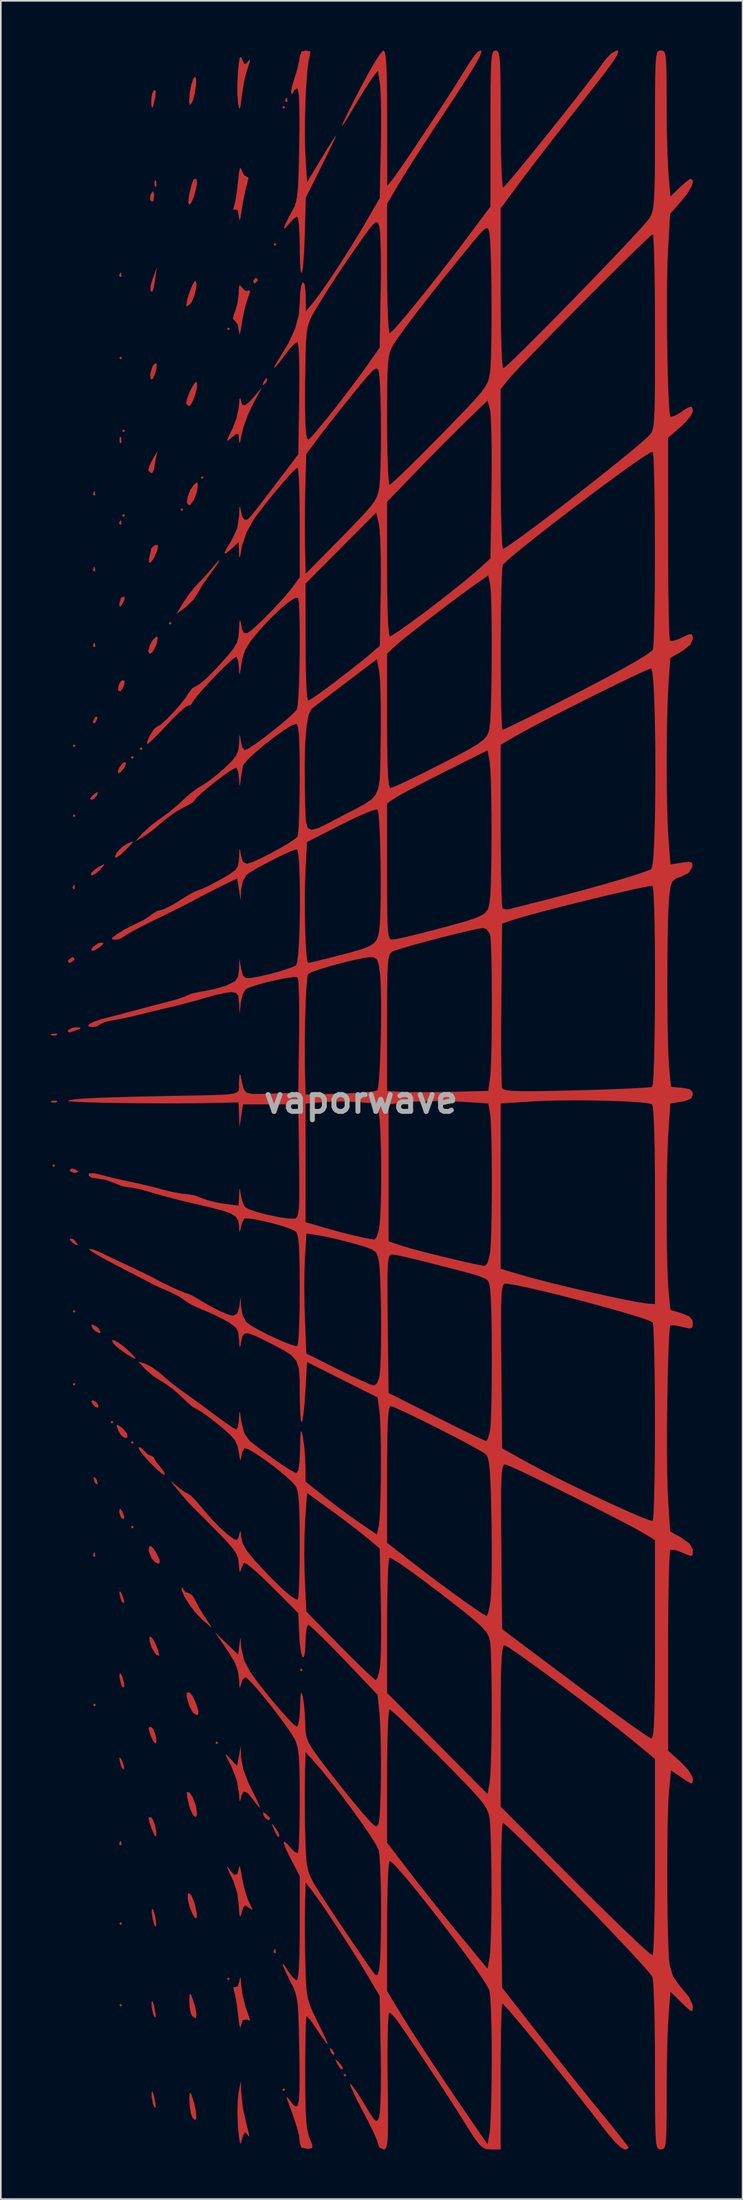
<source format=kicad_pcb>
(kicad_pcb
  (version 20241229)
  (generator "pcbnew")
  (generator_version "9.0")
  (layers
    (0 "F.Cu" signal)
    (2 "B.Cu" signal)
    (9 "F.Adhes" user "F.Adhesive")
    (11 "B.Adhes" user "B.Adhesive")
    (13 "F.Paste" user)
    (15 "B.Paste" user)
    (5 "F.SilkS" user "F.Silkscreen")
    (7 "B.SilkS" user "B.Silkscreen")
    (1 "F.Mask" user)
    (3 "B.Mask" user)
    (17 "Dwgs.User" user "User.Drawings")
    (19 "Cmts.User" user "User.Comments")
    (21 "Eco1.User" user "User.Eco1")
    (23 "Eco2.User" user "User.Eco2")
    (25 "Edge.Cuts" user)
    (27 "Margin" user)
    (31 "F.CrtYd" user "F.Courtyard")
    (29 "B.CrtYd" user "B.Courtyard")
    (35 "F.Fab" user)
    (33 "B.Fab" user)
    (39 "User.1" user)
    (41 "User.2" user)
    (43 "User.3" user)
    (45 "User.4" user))
  (footprint "vaporwave"
    (layer "F.Cu")
    (at 18.812 63.503)
    (property "Reference" "vaporwave" (at 0 0 0) (layer "F.Fab") (effects (font (size 1.524 1.524) (thickness 0.3))))
    (attr board_only exclude_from_pos_files exclude_from_bom)
    (fp_poly (pts (xy -18.521 3.969) (xy -18.609 4.057) (xy -18.697 3.969) (xy -18.609 3.881)) (stroke (width 0) (type solid)) (fill yes) (layer "F.Cu"))
    (fp_poly (pts (xy -17.286 -21.431) (xy -17.374 -21.343) (xy -17.462 -21.431) (xy -17.374 -21.519)) (stroke (width 0) (type solid)) (fill yes) (layer "F.Cu"))
    (fp_poly (pts (xy -17.286 -17.198) (xy -17.374 -17.11) (xy -17.462 -17.198) (xy -17.374 -17.286)) (stroke (width 0) (type solid)) (fill yes) (layer "F.Cu"))
    (fp_poly (pts (xy -17.286 12.788) (xy -17.374 12.876) (xy -17.462 12.788) (xy -17.374 12.7)) (stroke (width 0) (type solid)) (fill yes) (layer "F.Cu"))
    (fp_poly (pts (xy -17.286 17.198) (xy -17.374 17.286) (xy -17.462 17.198) (xy -17.374 17.11)) (stroke (width 0) (type solid)) (fill yes) (layer "F.Cu"))
    (fp_poly (pts (xy -16.051 36.601) (xy -16.14 36.689) (xy -16.228 36.601) (xy -16.14 36.513)) (stroke (width 0) (type solid)) (fill yes) (layer "F.Cu"))
    (fp_poly (pts (xy -14.993 19.491) (xy -15.081 19.579) (xy -15.169 19.491) (xy -15.081 19.403)) (stroke (width 0) (type solid)) (fill yes) (layer "F.Cu"))
    (fp_poly (pts (xy -14.464 -44.891) (xy -14.552 -44.803) (xy -14.64 -44.891) (xy -14.552 -44.979)) (stroke (width 0) (type solid)) (fill yes) (layer "F.Cu"))
    (fp_poly (pts (xy -14.464 49.83) (xy -14.552 49.918) (xy -14.64 49.83) (xy -14.552 49.742)) (stroke (width 0) (type solid)) (fill yes) (layer "F.Cu"))
    (fp_poly (pts (xy -14.464 54.769) (xy -14.552 54.857) (xy -14.64 54.769) (xy -14.552 54.681)) (stroke (width 0) (type solid)) (fill yes) (layer "F.Cu"))
    (fp_poly (pts (xy -14.287 -40.481) (xy -14.376 -40.393) (xy -14.464 -40.481) (xy -14.376 -40.569)) (stroke (width 0) (type solid)) (fill yes) (layer "F.Cu"))
    (fp_poly (pts (xy -14.287 -35.366) (xy -14.376 -35.278) (xy -14.464 -35.366) (xy -14.376 -35.454)) (stroke (width 0) (type solid)) (fill yes) (layer "F.Cu"))
    (fp_poly (pts (xy -13.758 -20.726) (xy -13.847 -20.637) (xy -13.935 -20.726) (xy -13.847 -20.814)) (stroke (width 0) (type solid)) (fill yes) (layer "F.Cu"))
    (fp_poly (pts (xy -13.758 20.726) (xy -13.847 20.814) (xy -13.935 20.726) (xy -13.847 20.638)) (stroke (width 0) (type solid)) (fill yes) (layer "F.Cu"))
    (fp_poly (pts (xy -13.758 25.841) (xy -13.847 25.929) (xy -13.935 25.841) (xy -13.847 25.753)) (stroke (width 0) (type solid)) (fill yes) (layer "F.Cu"))
    (fp_poly (pts (xy -13.229 -21.255) (xy -13.317 -21.167) (xy -13.406 -21.255) (xy -13.317 -21.343)) (stroke (width 0) (type solid)) (fill yes) (layer "F.Cu"))
    (fp_poly (pts (xy -11.465 -28.84) (xy -11.553 -28.751) (xy -11.642 -28.84) (xy -11.553 -28.928)) (stroke (width 0) (type solid)) (fill yes) (layer "F.Cu"))
    (fp_poly (pts (xy -10.76 -35.719) (xy -10.848 -35.631) (xy -10.936 -35.719) (xy -10.848 -35.807)) (stroke (width 0) (type solid)) (fill yes) (layer "F.Cu"))
    (fp_poly (pts (xy -9.525 -37.659) (xy -9.613 -37.571) (xy -9.701 -37.659) (xy -9.613 -37.747)) (stroke (width 0) (type solid)) (fill yes) (layer "F.Cu"))
    (fp_poly (pts (xy -8.643 38.894) (xy -8.731 38.982) (xy -8.819 38.894) (xy -8.731 38.806)) (stroke (width 0) (type solid)) (fill yes) (layer "F.Cu"))
    (fp_poly (pts (xy -7.938 -46.655) (xy -8.026 -46.567) (xy -8.114 -46.655) (xy -8.026 -46.743)) (stroke (width 0) (type solid)) (fill yes) (layer "F.Cu"))
    (fp_poly (pts (xy -7.938 53.181) (xy -8.026 53.269) (xy -8.114 53.181) (xy -8.026 53.093)) (stroke (width 0) (type solid)) (fill yes) (layer "F.Cu"))
    (fp_poly (pts (xy -5.115 -51.77) (xy -5.203 -51.682) (xy -5.292 -51.77) (xy -5.203 -51.858)) (stroke (width 0) (type solid)) (fill yes) (layer "F.Cu"))
    (fp_poly (pts (xy -4.586 -60.06) (xy -4.674 -59.972) (xy -4.763 -60.06) (xy -4.674 -60.149)) (stroke (width 0) (type solid)) (fill yes) (layer "F.Cu"))
    (fp_poly (pts (xy -4.586 59.884) (xy -4.674 59.972) (xy -4.763 59.884) (xy -4.674 59.796)) (stroke (width 0) (type solid)) (fill yes) (layer "F.Cu"))
    (fp_poly (pts (xy -3.528 34.484) (xy -3.616 34.572) (xy -3.704 34.484) (xy -3.616 34.396)) (stroke (width 0) (type solid)) (fill yes) (layer "F.Cu"))
    (fp_poly (pts (xy -0.882 59.002) (xy -0.97 59.09) (xy -1.058 59.002) (xy -0.97 58.914)) (stroke (width 0) (type solid)) (fill yes) (layer "F.Cu"))
    (fp_poly (pts (xy -18.392 -3.987) (xy -18.445 -3.907) (xy -18.624 -3.894) (xy -18.812 -3.938) (xy -18.73 -4.001) (xy -18.455 -4.022)) (stroke (width 0) (type solid)) (fill yes) (layer "F.Cu"))
    (fp_poly (pts (xy -18.392 0.07) (xy -18.445 0.15) (xy -18.624 0.162) (xy -18.812 0.119) (xy -18.73 0.056) (xy -18.455 0.035)) (stroke (width 0) (type solid)) (fill yes) (layer "F.Cu"))
    (fp_poly (pts (xy -17.345 -12.994) (xy -17.324 -12.785) (xy -17.345 -12.759) (xy -17.45 -12.783) (xy -17.462 -12.876) (xy -17.398 -13.022)) (stroke (width 0) (type solid)) (fill yes) (layer "F.Cu"))
    (fp_poly (pts (xy -16.11 -36.806) (xy -16.089 -36.597) (xy -16.11 -36.571) (xy -16.215 -36.596) (xy -16.228 -36.689) (xy -16.163 -36.834)) (stroke (width 0) (type solid)) (fill yes) (layer "F.Cu"))
    (fp_poly (pts (xy -16.11 -32.22) (xy -16.089 -32.011) (xy -16.11 -31.985) (xy -16.215 -32.009) (xy -16.228 -32.103) (xy -16.163 -32.248)) (stroke (width 0) (type solid)) (fill yes) (layer "F.Cu"))
    (fp_poly (pts (xy -16.11 -27.634) (xy -16.089 -27.425) (xy -16.11 -27.399) (xy -16.215 -27.423) (xy -16.228 -27.517) (xy -16.163 -27.662)) (stroke (width 0) (type solid)) (fill yes) (layer "F.Cu"))
    (fp_poly (pts (xy -16.11 27.399) (xy -16.089 27.608) (xy -16.11 27.634) (xy -16.215 27.61) (xy -16.228 27.517) (xy -16.163 27.371)) (stroke (width 0) (type solid)) (fill yes) (layer "F.Cu"))
    (fp_poly (pts (xy -14.523 -50.036) (xy -14.502 -49.826) (xy -14.523 -49.8) (xy -14.628 -49.825) (xy -14.64 -49.918) (xy -14.576 -50.063)) (stroke (width 0) (type solid)) (fill yes) (layer "F.Cu"))
    (fp_poly (pts (xy -14.523 -35.043) (xy -14.502 -34.833) (xy -14.523 -34.807) (xy -14.628 -34.832) (xy -14.64 -34.925) (xy -14.576 -35.07)) (stroke (width 0) (type solid)) (fill yes) (layer "F.Cu"))
    (fp_poly (pts (xy -14.523 44.862) (xy -14.502 45.071) (xy -14.523 45.097) (xy -14.628 45.073) (xy -14.64 44.979) (xy -14.576 44.834)) (stroke (width 0) (type solid)) (fill yes) (layer "F.Cu"))
    (fp_poly (pts (xy -14.52 -40.073) (xy -14.499 -39.798) (xy -14.534 -39.735) (xy -14.614 -39.788) (xy -14.626 -39.967) (xy -14.583 -40.155)) (stroke (width 0) (type solid)) (fill yes) (layer "F.Cu"))
    (fp_poly (pts (xy -12.403 -55.596) (xy -12.382 -55.32) (xy -12.417 -55.257) (xy -12.497 -55.31) (xy -12.51 -55.489) (xy -12.467 -55.677)) (stroke (width 0) (type solid)) (fill yes) (layer "F.Cu"))
    (fp_poly (pts (xy -5.174 51.388) (xy -5.153 51.597) (xy -5.174 51.623) (xy -5.279 51.599) (xy -5.292 51.506) (xy -5.227 51.36)) (stroke (width 0) (type solid)) (fill yes) (layer "F.Cu"))
    (fp_poly (pts (xy -4.469 -60.619) (xy -4.447 -60.41) (xy -4.469 -60.384) (xy -4.573 -60.408) (xy -4.586 -60.501) (xy -4.522 -60.647)) (stroke (width 0) (type solid)) (fill yes) (layer "F.Cu"))
    (fp_poly (pts (xy -17.438 8.414) (xy -17.29 8.551) (xy -17.132 8.779) (xy -17.237 8.777) (xy -17.457 8.65) (xy -17.629 8.464) (xy -17.615 8.384)) (stroke (width 0) (type solid)) (fill yes) (layer "F.Cu"))
    (fp_poly (pts (xy -16.057 22.883) (xy -15.991 23.011) (xy -15.945 23.26) (xy -16.064 23.211) (xy -16.147 23.095) (xy -16.201 22.864) (xy -16.179 22.823)) (stroke (width 0) (type solid)) (fill yes) (layer "F.Cu"))
    (fp_poly (pts (xy -16.029 18.278) (xy -15.893 18.497) (xy -15.92 18.625) (xy -16.08 18.577) (xy -16.224 18.437) (xy -16.338 18.215) (xy -16.26 18.168)) (stroke (width 0) (type solid)) (fill yes) (layer "F.Cu"))
    (fp_poly (pts (xy -15.953 -23.165) (xy -15.984 -23.028) (xy -16.126 -22.78) (xy -16.218 -22.821) (xy -16.228 -22.92) (xy -16.1 -23.159) (xy -16.053 -23.194)) (stroke (width 0) (type solid)) (fill yes) (layer "F.Cu"))
    (fp_poly (pts (xy -5.698 -43.474) (xy -5.799 -43.345) (xy -5.947 -43.233) (xy -5.91 -43.41) (xy -5.898 -43.443) (xy -5.758 -43.659) (xy -5.679 -43.661)) (stroke (width 0) (type solid)) (fill yes) (layer "F.Cu"))
    (fp_poly (pts (xy -1.765 57.433) (xy -1.742 57.456) (xy -1.603 57.687) (xy -1.622 57.772) (xy -1.753 57.719) (xy -1.841 57.554) (xy -1.894 57.348)) (stroke (width 0) (type solid)) (fill yes) (layer "F.Cu"))
    (fp_poly (pts (xy -1.493 58.079) (xy -1.31 58.248) (xy -1.107 58.514) (xy -1.099 58.66) (xy -1.245 58.607) (xy -1.417 58.356) (xy -1.551 58.075)) (stroke (width 0) (type solid)) (fill yes) (layer "F.Cu"))
    (fp_poly (pts (xy -17.374 4.17) (xy -17.142 4.295) (xy -17.11 4.34) (xy -17.254 4.402) (xy -17.374 4.41) (xy -17.609 4.317) (xy -17.639 4.239) (xy -17.51 4.142)) (stroke (width 0) (type solid)) (fill yes) (layer "F.Cu"))
    (fp_poly (pts (xy -17.346 -8.534) (xy -17.374 -8.467) (xy -17.608 -8.297) (xy -17.66 -8.29) (xy -17.755 -8.399) (xy -17.727 -8.467) (xy -17.493 -8.636) (xy -17.442 -8.643)) (stroke (width 0) (type solid)) (fill yes) (layer "F.Cu"))
    (fp_poly (pts (xy -16.961 -4.377) (xy -17.032 -4.307) (xy -17.198 -4.233) (xy -17.628 -4.084) (xy -17.768 -4.13) (xy -17.727 -4.233) (xy -17.482 -4.37) (xy -17.232 -4.397)) (stroke (width 0) (type solid)) (fill yes) (layer "F.Cu"))
    (fp_poly (pts (xy -16.022 13.704) (xy -15.875 13.847) (xy -15.769 14.059) (xy -15.832 14.111) (xy -16.081 13.99) (xy -16.228 13.847) (xy -16.334 13.634) (xy -16.271 13.582)) (stroke (width 0) (type solid)) (fill yes) (layer "F.Cu"))
    (fp_poly (pts (xy -15.957 -18.514) (xy -15.978 -18.458) (xy -16.137 -18.241) (xy -16.325 -18.149) (xy -16.404 -18.235) (xy -16.287 -18.387) (xy -16.136 -18.524) (xy -15.944 -18.653)) (stroke (width 0) (type solid)) (fill yes) (layer "F.Cu"))
    (fp_poly (pts (xy -14.48 24.864) (xy -14.442 24.928) (xy -14.329 25.223) (xy -14.373 25.362) (xy -14.523 25.282) (xy -14.625 25.019) (xy -14.635 24.886) (xy -14.602 24.721)) (stroke (width 0) (type solid)) (fill yes) (layer "F.Cu"))
    (fp_poly (pts (xy -14.449 29.968) (xy -14.346 30.308) (xy -14.35 30.46) (xy -14.46 30.386) (xy -14.53 30.244) (xy -14.622 29.877) (xy -14.629 29.751) (xy -14.569 29.733)) (stroke (width 0) (type solid)) (fill yes) (layer "F.Cu"))
    (fp_poly (pts (xy -14.449 40.022) (xy -14.346 40.362) (xy -14.35 40.514) (xy -14.46 40.441) (xy -14.53 40.298) (xy -14.622 39.931) (xy -14.629 39.805) (xy -14.569 39.787)) (stroke (width 0) (type solid)) (fill yes) (layer "F.Cu"))
    (fp_poly (pts (xy -14.334 -30.231) (xy -14.464 -29.986) (xy -14.601 -29.821) (xy -14.637 -29.98) (xy -14.638 -30.02) (xy -14.548 -30.339) (xy -14.464 -30.427) (xy -14.308 -30.441)) (stroke (width 0) (type solid)) (fill yes) (layer "F.Cu"))
    (fp_poly (pts (xy -14.304 -25.353) (xy -14.333 -25.142) (xy -14.395 -24.973) (xy -14.569 -24.718) (xy -14.701 -24.761) (xy -14.691 -25.047) (xy -14.552 -25.333) (xy -14.443 -25.4)) (stroke (width 0) (type solid)) (fill yes) (layer "F.Cu"))
    (fp_poly (pts (xy -14.226 -20.339) (xy -14.328 -20.108) (xy -14.553 -19.833) (xy -14.689 -19.756) (xy -14.728 -19.883) (xy -14.64 -20.108) (xy -14.424 -20.387) (xy -14.28 -20.461)) (stroke (width 0) (type solid)) (fill yes) (layer "F.Cu"))
    (fp_poly (pts (xy -12.528 -54.798) (xy -12.526 -54.725) (xy -12.568 -54.382) (xy -12.69 -54.368) (xy -12.766 -54.468) (xy -12.76 -54.72) (xy -12.691 -54.865) (xy -12.569 -54.99)) (stroke (width 0) (type solid)) (fill yes) (layer "F.Cu"))
    (fp_poly (pts (xy -6.234 -49.634) (xy -6.262 -49.565) (xy -6.42 -49.397) (xy -6.449 -49.389) (xy -6.524 -49.525) (xy -6.526 -49.565) (xy -6.391 -49.735) (xy -6.34 -49.742)) (stroke (width 0) (type solid)) (fill yes) (layer "F.Cu"))
    (fp_poly (pts (xy -5.789 43.169) (xy -5.737 43.212) (xy -5.492 43.461) (xy -5.548 43.562) (xy -5.626 43.568) (xy -5.815 43.427) (xy -5.894 43.279) (xy -5.939 43.088)) (stroke (width 0) (type solid)) (fill yes) (layer "F.Cu"))
    (fp_poly (pts (xy -5.206 43.999) (xy -5 44.316) (xy -4.939 44.484) (xy -4.989 44.621) (xy -5.131 44.431) (xy -5.266 44.141) (xy -5.394 43.826) (xy -5.365 43.804)) (stroke (width 0) (type solid)) (fill yes) (layer "F.Cu"))
    (fp_poly (pts (xy -15.578 -9.486) (xy -15.71 -9.334) (xy -15.797 -9.266) (xy -16.144 -9.05) (xy -16.328 -9.021) (xy -16.29 -9.178) (xy -16.228 -9.26) (xy -15.909 -9.485) (xy -15.731 -9.525)) (stroke (width 0) (type solid)) (fill yes) (layer "F.Cu"))
    (fp_poly (pts (xy -15.556 -14.21) (xy -15.77 -13.96) (xy -16.05 -13.705) (xy -16.278 -13.583) (xy -16.371 -13.625) (xy -16.317 -13.757) (xy -16.086 -13.971) (xy -15.821 -14.136) (xy -15.559 -14.265)) (stroke (width 0) (type solid)) (fill yes) (layer "F.Cu"))
    (fp_poly (pts (xy -14.494 19.817) (xy -14.464 19.844) (xy -14.174 20.178) (xy -14.132 20.402) (xy -14.281 20.461) (xy -14.491 20.324) (xy -14.634 20.12) (xy -14.8 19.743) (xy -14.752 19.64)) (stroke (width 0) (type solid)) (fill yes) (layer "F.Cu"))
    (fp_poly (pts (xy -14.455 34.893) (xy -14.448 34.91) (xy -14.34 35.299) (xy -14.338 35.518) (xy -14.436 35.538) (xy -14.52 35.387) (xy -14.62 34.957) (xy -14.629 34.778) (xy -14.58 34.664)) (stroke (width 0) (type solid)) (fill yes) (layer "F.Cu"))
    (fp_poly (pts (xy -12.56 54.694) (xy -12.519 54.856) (xy -12.434 55.306) (xy -12.435 55.523) (xy -12.514 55.464) (xy -12.59 55.291) (xy -12.674 54.875) (xy -12.682 54.622) (xy -12.643 54.489)) (stroke (width 0) (type solid)) (fill yes) (layer "F.Cu"))
    (fp_poly (pts (xy -12.56 60.162) (xy -12.519 60.324) (xy -12.434 60.774) (xy -12.435 60.991) (xy -12.514 60.932) (xy -12.59 60.759) (xy -12.674 60.344) (xy -12.682 60.09) (xy -12.643 59.957)) (stroke (width 0) (type solid)) (fill yes) (layer "F.Cu"))
    (fp_poly (pts (xy -12.464 -49.653) (xy -12.553 -49.131) (xy -12.626 -48.905) (xy -12.707 -48.919) (xy -12.747 -48.98) (xy -12.744 -49.225) (xy -12.629 -49.645) (xy -12.594 -49.742) (xy -12.358 -50.359)) (stroke (width 0) (type solid)) (fill yes) (layer "F.Cu"))
    (fp_poly (pts (xy -12.375 -44.32) (xy -12.458 -43.965) (xy -12.608 -43.626) (xy -12.735 -43.608) (xy -12.761 -43.897) (xy -12.743 -44.012) (xy -12.623 -44.384) (xy -12.503 -44.551) (xy -12.371 -44.562)) (stroke (width 0) (type solid)) (fill yes) (layer "F.Cu"))
    (fp_poly (pts (xy -13.804 -15.61) (xy -13.987 -15.396) (xy -14.188 -15.184) (xy -14.575 -14.82) (xy -14.829 -14.658) (xy -14.909 -14.711) (xy -14.784 -14.981) (xy -14.46 -15.313) (xy -14.121 -15.524) (xy -13.852 -15.638)) (stroke (width 0) (type solid)) (fill yes) (layer "F.Cu"))
    (fp_poly (pts (xy -12.567 49.022) (xy -12.469 49.358) (xy -12.457 49.411) (xy -12.397 49.86) (xy -12.425 50.039) (xy -12.513 49.918) (xy -12.612 49.565) (xy -12.673 49.16) (xy -12.656 48.934) (xy -12.652 48.929)) (stroke (width 0) (type solid)) (fill yes) (layer "F.Cu"))
    (fp_poly (pts (xy -12.43 -61.053) (xy -12.454 -60.693) (xy -12.463 -60.642) (xy -12.574 -60.153) (xy -12.652 -60.007) (xy -12.694 -60.206) (xy -12.7 -60.462) (xy -12.649 -60.879) (xy -12.527 -61.117) (xy -12.526 -61.117)) (stroke (width 0) (type solid)) (fill yes) (layer "F.Cu"))
    (fp_poly (pts (xy -12.422 -38.806) (xy -12.498 -38.381) (xy -12.521 -38.144) (xy -12.635 -37.939) (xy -12.7 -37.924) (xy -12.86 -38.062) (xy -12.87 -38.144) (xy -12.779 -38.447) (xy -12.595 -38.806) (xy -12.325 -39.247)) (stroke (width 0) (type solid)) (fill yes) (layer "F.Cu"))
    (fp_poly (pts (xy -12.607 32.6) (xy -12.428 32.935) (xy -12.278 33.314) (xy -12.221 33.591) (xy -12.237 33.639) (xy -12.379 33.578) (xy -12.477 33.474) (xy -12.67 33.144) (xy -12.793 32.78) (xy -12.811 32.514) (xy -12.751 32.456)) (stroke (width 0) (type solid)) (fill yes) (layer "F.Cu"))
    (fp_poly (pts (xy -12.574 27.126) (xy -12.373 27.443) (xy -12.213 27.787) (xy -12.171 27.966) (xy -12.269 28.062) (xy -12.482 27.958) (xy -12.689 27.714) (xy -12.694 27.705) (xy -12.859 27.277) (xy -12.825 27.025) (xy -12.728 26.988)) (stroke (width 0) (type solid)) (fill yes) (layer "F.Cu"))
    (fp_poly (pts (xy -12.572 38.071) (xy -12.444 38.403) (xy -12.383 38.752) (xy -12.422 38.939) (xy -12.54 38.864) (xy -12.695 38.554) (xy -12.695 38.554) (xy -12.84 38.144) (xy -12.855 37.965) (xy -12.743 37.924) (xy -12.719 37.924)) (stroke (width 0) (type solid)) (fill yes) (layer "F.Cu"))
    (fp_poly (pts (xy -12.305 -27.904) (xy -12.386 -27.56) (xy -12.401 -27.517) (xy -12.591 -27.142) (xy -12.768 -26.984) (xy -12.87 -27.086) (xy -12.876 -27.175) (xy -12.791 -27.505) (xy -12.598 -27.845) (xy -12.392 -28.039) (xy -12.356 -28.046)) (stroke (width 0) (type solid)) (fill yes) (layer "F.Cu"))
    (fp_poly (pts (xy -10.269 48.131) (xy -10.105 48.517) (xy -10.049 48.701) (xy -9.943 49.208) (xy -9.944 49.488) (xy -10.041 49.502) (xy -10.192 49.272) (xy -10.382 48.806) (xy -10.488 48.363) (xy -10.49 48.055) (xy -10.417 47.978)) (stroke (width 0) (type solid)) (fill yes) (layer "F.Cu"))
    (fp_poly (pts (xy -10.246 60.237) (xy -10.088 60.736) (xy -9.991 61.225) (xy -9.971 61.596) (xy -10.038 61.736) (xy -10.195 61.588) (xy -10.296 61.339) (xy -10.373 60.859) (xy -10.393 60.413) (xy -10.374 60.085) (xy -10.316 60.08)) (stroke (width 0) (type solid)) (fill yes) (layer "F.Cu"))
    (fp_poly (pts (xy -10.246 54.24) (xy -10.055 54.812) (xy -9.963 55.273) (xy -9.985 55.534) (xy -10.032 55.562) (xy -10.226 55.421) (xy -10.3 55.283) (xy -10.373 54.911) (xy -10.396 54.446) (xy -10.374 54.103) (xy -10.317 54.084)) (stroke (width 0) (type solid)) (fill yes) (layer "F.Cu"))
    (fp_poly (pts (xy -9.879 -37.256) (xy -9.878 -37.179) (xy -9.947 -36.738) (xy -10.114 -36.31) (xy -10.319 -36.028) (xy -10.422 -35.983) (xy -10.543 -36.131) (xy -10.503 -36.468) (xy -10.324 -36.927) (xy -10.131 -37.212) (xy -9.934 -37.375)) (stroke (width 0) (type solid)) (fill yes) (layer "F.Cu"))
    (fp_poly (pts (xy -14.742 14.645) (xy -14.4 14.884) (xy -14.046 15.197) (xy -13.707 15.547) (xy -13.637 15.673) (xy -13.844 15.584) (xy -14.199 15.374) (xy -14.638 15.063) (xy -14.967 14.761) (xy -14.974 14.753) (xy -15.094 14.549) (xy -14.995 14.523)) (stroke (width 0) (type solid)) (fill yes) (layer "F.Cu"))
    (fp_poly (pts (xy -12.598 43.541) (xy -12.475 43.886) (xy -12.394 44.272) (xy -12.395 44.543) (xy -12.414 44.575) (xy -12.51 44.477) (xy -12.656 44.146) (xy -12.68 44.08) (xy -12.826 43.644) (xy -12.861 43.447) (xy -12.791 43.394) (xy -12.722 43.392)) (stroke (width 0) (type solid)) (fill yes) (layer "F.Cu"))
    (fp_poly (pts (xy -12.303 -33.382) (xy -12.377 -33.15) (xy -12.556 -32.754) (xy -12.73 -32.528) (xy -12.842 -32.512) (xy -12.837 -32.749) (xy -12.818 -32.825) (xy -12.73 -33.193) (xy -12.702 -33.363) (xy -12.561 -33.517) (xy -12.448 -33.573) (xy -12.293 -33.583)) (stroke (width 0) (type solid)) (fill yes) (layer "F.Cu"))
    (fp_poly (pts (xy -10.375 41.904) (xy -10.186 42.189) (xy -10.017 42.637) (xy -9.972 42.818) (xy -9.928 43.249) (xy -10.01 43.392) (xy -10.166 43.264) (xy -10.346 42.884) (xy -10.412 42.668) (xy -10.516 42.207) (xy -10.544 41.913) (xy -10.532 41.87)) (stroke (width 0) (type solid)) (fill yes) (layer "F.Cu"))
    (fp_poly (pts (xy -9.978 -61.763) (xy -9.987 -61.397) (xy -10.057 -60.938) (xy -10.169 -60.512) (xy -10.249 -60.325) (xy -10.362 -60.189) (xy -10.4 -60.376) (xy -10.402 -60.435) (xy -10.369 -60.94) (xy -10.276 -61.433) (xy -10.152 -61.796) (xy -10.043 -61.912)) (stroke (width 0) (type solid)) (fill yes) (layer "F.Cu"))
    (fp_poly (pts (xy -9.954 -55.698) (xy -9.929 -55.477) (xy -9.999 -55.078) (xy -10.128 -54.634) (xy -10.275 -54.281) (xy -10.395 -54.151) (xy -10.452 -54.304) (xy -10.419 -54.687) (xy -10.379 -54.896) (xy -10.237 -55.455) (xy -10.118 -55.716) (xy -9.995 -55.732)) (stroke (width 0) (type solid)) (fill yes) (layer "F.Cu"))
    (fp_poly (pts (xy -9.951 -49.423) (xy -9.98 -49.08) (xy -10.088 -48.661) (xy -10.248 -48.291) (xy -10.341 -48.16) (xy -10.534 -48.014) (xy -10.583 -48.052) (xy -10.529 -48.387) (xy -10.396 -48.83) (xy -10.232 -49.252) (xy -10.084 -49.525) (xy -10.031 -49.565)) (stroke (width 0) (type solid)) (fill yes) (layer "F.Cu"))
    (fp_poly (pts (xy -9.926 -43.135) (xy -10.024 -42.706) (xy -10.18 -42.289) (xy -10.348 -42.018) (xy -10.421 -41.981) (xy -10.578 -42.116) (xy -10.583 -42.163) (xy -10.521 -42.463) (xy -10.371 -42.845) (xy -10.186 -43.203) (xy -10.02 -43.431) (xy -9.932 -43.437)) (stroke (width 0) (type solid)) (fill yes) (layer "F.Cu"))
    (fp_poly (pts (xy -10.388 35.843) (xy -10.211 36.038) (xy -10.013 36.441) (xy -9.968 36.563) (xy -9.841 36.993) (xy -9.859 37.184) (xy -9.97 37.218) (xy -10.176 37.068) (xy -10.375 36.704) (xy -10.39 36.663) (xy -10.55 36.13) (xy -10.556 35.87) (xy -10.408 35.837)) (stroke (width 0) (type solid)) (fill yes) (layer "F.Cu"))
    (fp_poly (pts (xy -13.311 21.043) (xy -13.151 21.211) (xy -12.885 21.461) (xy -12.725 21.519) (xy -12.534 21.618) (xy -12.524 21.663) (xy -12.414 21.881) (xy -12.153 22.203) (xy -11.922 22.506) (xy -11.873 22.691) (xy -11.876 22.694) (xy -12.034 22.625) (xy -12.359 22.354) (xy -12.774 21.946) (xy -13.168 21.507) (xy -13.421 21.168) (xy -13.478 21.004)) (stroke (width 0) (type solid)) (fill yes) (layer "F.Cu"))
    (fp_poly (pts (xy -7.248 60.06) (xy -7.147 61.01) (xy -6.893 62.134) (xy -6.807 62.442) (xy -6.747 62.714) (xy -6.82 62.677) (xy -6.858 62.623) (xy -6.981 62.472) (xy -7.072 62.509) (xy -7.176 62.791) (xy -7.277 63.147) (xy -7.323 63.116) (xy -7.379 62.797) (xy -7.436 62.255) (xy -7.449 62.089) (xy -7.48 61.325) (xy -7.465 60.596) (xy -7.41 60.06) (xy -7.273 59.355)) (stroke (width 0) (type solid)) (fill yes) (layer "F.Cu"))
    (fp_poly (pts (xy -10.766 29.533) (xy -10.76 29.604) (xy -10.617 29.785) (xy -10.491 29.81) (xy -10.226 29.956) (xy -10.067 30.207) (xy -9.871 30.601) (xy -9.567 31.104) (xy -9.46 31.265) (xy -9.199 31.656) (xy -9.056 31.89) (xy -9.045 31.921) (xy -9.186 31.811) (xy -9.499 31.537) (xy -9.69 31.365) (xy -10.074 30.955) (xy -10.434 30.47) (xy -10.714 30) (xy -10.86 29.636) (xy -10.845 29.484)) (stroke (width 0) (type solid)) (fill yes) (layer "F.Cu"))
    (fp_poly (pts (xy -8.631 -32.522) (xy -8.846 -32.201) (xy -9.187 -31.743) (xy -9.191 -31.739) (xy -9.547 -31.237) (xy -9.833 -30.762) (xy -9.887 -30.655) (xy -10.172 -30.239) (xy -10.591 -29.833) (xy -10.636 -29.799) (xy -11.178 -29.398) (xy -10.763 -30.089) (xy -10.392 -30.634) (xy -9.985 -31.125) (xy -9.892 -31.221) (xy -9.477 -31.652) (xy -9.027 -32.166) (xy -8.933 -32.279) (xy -8.657 -32.599) (xy -8.562 -32.668)) (stroke (width 0) (type solid)) (fill yes) (layer "F.Cu"))
    (fp_poly (pts (xy -7.195 -62.963) (xy -7.057 -62.686) (xy -6.928 -62.72) (xy -6.873 -62.799) (xy -6.733 -62.965) (xy -6.725 -62.838) (xy -6.845 -62.45) (xy -6.893 -62.321) (xy -7.02 -61.869) (xy -7.143 -61.232) (xy -7.21 -60.766) (xy -7.282 -60.208) (xy -7.334 -59.97) (xy -7.382 -60.02) (xy -7.442 -60.325) (xy -7.482 -60.826) (xy -7.483 -61.518) (xy -7.449 -62.165) (xy -7.391 -62.781) (xy -7.332 -63.082) (xy -7.262 -63.105)) (stroke (width 0) (type solid)) (fill yes) (layer "F.Cu"))
    (fp_poly (pts (xy -7.276 53.164) (xy -7.251 53.534) (xy -7.162 54.187) (xy -6.991 54.863) (xy -6.962 54.945) (xy -6.806 55.386) (xy -6.715 55.656) (xy -6.705 55.689) (xy -6.836 55.672) (xy -6.954 55.631) (xy -7.162 55.68) (xy -7.267 56.034) (xy -7.311 56.136) (xy -7.369 55.927) (xy -7.432 55.448) (xy -7.438 55.386) (xy -7.516 54.735) (xy -7.609 54.189) (xy -7.685 53.902) (xy -7.736 53.667) (xy -7.627 53.684) (xy -7.459 53.632) (xy -7.359 53.317) (xy -7.31 53.08)) (stroke (width 0) (type solid)) (fill yes) (layer "F.Cu"))
    (fp_poly (pts (xy -7.25 -56.339) (xy -7.229 -56.268) (xy -7.077 -55.954) (xy -6.918 -55.868) (xy -6.81 -55.786) (xy -6.888 -55.436) (xy -6.891 -55.427) (xy -7.009 -54.985) (xy -7.135 -54.357) (xy -7.212 -53.887) (xy -7.297 -53.377) (xy -7.356 -53.212) (xy -7.386 -53.393) (xy -7.387 -53.412) (xy -7.449 -53.811) (xy -7.596 -53.879) (xy -7.615 -53.868) (xy -7.742 -53.857) (xy -7.685 -54.078) (xy -7.598 -54.427) (xy -7.509 -54.995) (xy -7.447 -55.562) (xy -7.382 -56.147) (xy -7.319 -56.399)) (stroke (width 0) (type solid)) (fill yes) (layer "F.Cu"))
    (fp_poly (pts (xy -7.216 -49.165) (xy -7.002 -48.955) (xy -6.868 -48.955) (xy -6.731 -49.002) (xy -6.731 -48.852) (xy -6.87 -48.444) (xy -6.891 -48.388) (xy -7.025 -47.927) (xy -7.16 -47.294) (xy -7.222 -46.922) (xy -7.305 -46.442) (xy -7.36 -46.31) (xy -7.387 -46.508) (xy -7.464 -46.917) (xy -7.62 -47.137) (xy -7.627 -47.139) (xy -7.754 -47.261) (xy -7.69 -47.545) (xy -7.627 -47.691) (xy -7.474 -48.207) (xy -7.403 -48.798) (xy -7.403 -48.824) (xy -7.384 -49.22) (xy -7.32 -49.304)) (stroke (width 0) (type solid)) (fill yes) (layer "F.Cu"))
    (fp_poly (pts (xy -6.531 -42.118) (xy -6.857 -41.428) (xy -7.117 -40.704) (xy -7.225 -40.266) (xy -7.311 -39.831) (xy -7.365 -39.741) (xy -7.388 -39.935) (xy -7.418 -40.283) (xy -7.526 -40.323) (xy -7.761 -40.128) (xy -8.017 -39.921) (xy -8.114 -39.887) (xy -8.041 -40.078) (xy -7.857 -40.466) (xy -7.761 -40.658) (xy -7.525 -41.284) (xy -7.392 -41.945) (xy -7.384 -42.062) (xy -7.355 -42.415) (xy -7.309 -42.469) (xy -7.284 -42.377) (xy -7.187 -42.07) (xy -7.027 -42.021) (xy -6.753 -42.242) (xy -6.473 -42.552) (xy -5.979 -43.127)) (stroke (width 0) (type solid)) (fill yes) (layer "F.Cu"))
    (fp_poly (pts (xy -7.255 39.807) (xy -7.127 40.499) (xy -6.801 41.349) (xy -6.628 41.703) (xy -6.287 42.376) (xy -6.124 42.748) (xy -6.139 42.822) (xy -6.331 42.6) (xy -6.526 42.333) (xy -6.868 41.925) (xy -7.097 41.84) (xy -7.239 42.076) (xy -7.282 42.289) (xy -7.329 42.46) (xy -7.365 42.286) (xy -7.382 41.963) (xy -7.519 41.162) (xy -7.841 40.333) (xy -7.864 40.287) (xy -8.116 39.805) (xy -8.205 39.596) (xy -8.137 39.626) (xy -7.914 39.855) (xy -7.908 39.861) (xy -7.497 40.298) (xy -7.387 39.684) (xy -7.278 39.07)) (stroke (width 0) (type solid)) (fill yes) (layer "F.Cu"))
    (fp_poly (pts (xy -7.292 46.531) (xy -7.217 46.959) (xy -7.079 47.638) (xy -6.889 48.269) (xy -6.771 48.546) (xy -6.592 48.909) (xy -6.582 49.011) (xy -6.739 48.903) (xy -6.762 48.884) (xy -7 48.733) (xy -7.113 48.841) (xy -7.128 48.884) (xy -7.255 49.275) (xy -7.292 49.389) (xy -7.343 49.386) (xy -7.381 49.097) (xy -7.394 48.765) (xy -7.492 47.985) (xy -7.723 47.263) (xy -7.761 47.184) (xy -7.977 46.734) (xy -8.092 46.443) (xy -8.093 46.362) (xy -7.965 46.541) (xy -7.923 46.611) (xy -7.673 46.89) (xy -7.48 46.83) (xy -7.387 46.447) (xy -7.387 46.434) (xy -7.355 46.33)) (stroke (width 0) (type solid)) (fill yes) (layer "F.Cu"))
    (fp_poly (pts (xy -3.069 -63.438) (xy -3.089 -63.204) (xy -3.095 -63.191) (xy -3.176 -62.833) (xy -3.249 -62.197) (xy -3.31 -61.36) (xy -3.357 -60.395) (xy -3.385 -59.379) (xy -3.392 -58.387) (xy -3.374 -57.493) (xy -3.359 -57.177) (xy -3.263 -55.528) (xy -2.401 -56.956) (xy -2.024 -57.572) (xy -1.72 -58.055) (xy -1.53 -58.338) (xy -1.489 -58.385) (xy -1.544 -58.237) (xy -1.729 -57.836) (xy -2.016 -57.242) (xy -2.376 -56.514) (xy -2.389 -56.489) (xy -3.338 -54.592) (xy -3.4 -52.347) (xy -3.439 -51.353) (xy -3.489 -50.623) (xy -3.545 -50.171) (xy -3.601 -50.012) (xy -3.65 -50.16) (xy -3.686 -50.629) (xy -3.704 -51.432) (xy -3.704 -51.653) (xy -3.719 -52.4) (xy -3.759 -52.994) (xy -3.817 -53.362) (xy -3.866 -53.446) (xy -4.072 -53.318) (xy -4.36 -53.006) (xy -4.395 -52.961) (xy -4.606 -52.723) (xy -4.66 -52.755) (xy -4.57 -53.014) (xy -4.347 -53.46) (xy -4.155 -53.799) (xy -4.027 -54.047) (xy -3.931 -54.331) (xy -3.861 -54.707) (xy -3.812 -55.231) (xy -3.777 -55.957) (xy -3.751 -56.942) (xy -3.735 -57.811) (xy -3.72 -59.137) (xy -3.729 -60.124) (xy -3.76 -60.786) (xy -3.815 -61.138) (xy -3.867 -61.207) (xy -4.049 -61.081) (xy -4.057 -61.031) (xy -4.171 -60.859) (xy -4.206 -60.854) (xy -4.236 -61.003) (xy -4.157 -61.389) (xy -4.036 -61.78) (xy -3.853 -62.375) (xy -3.735 -62.891) (xy -3.71 -63.103) (xy -3.603 -63.423) (xy -3.333 -63.5)) (stroke (width 0) (type solid)) (fill yes) (layer "F.Cu"))
    (fp_poly (pts (xy 7.307 -63.41) (xy 7.198 -63.126) (xy 6.926 -62.631) (xy 6.479 -61.905) (xy 5.847 -60.926) (xy 5.251 -60.023) (xy 4.56 -58.976) (xy 3.887 -57.944) (xy 3.274 -56.993) (xy 2.762 -56.187) (xy 2.393 -55.589) (xy 2.318 -55.464) (xy 1.587 -54.219) (xy 1.587 -50.305) (xy 1.594 -49.155) (xy 1.613 -48.143) (xy 1.643 -47.319) (xy 1.68 -46.729) (xy 1.724 -46.423) (xy 1.745 -46.39) (xy 1.91 -46.525) (xy 2.255 -46.902) (xy 2.751 -47.484) (xy 3.366 -48.231) (xy 4.068 -49.106) (xy 4.827 -50.069) (xy 5.61 -51.083) (xy 6.388 -52.108) (xy 6.531 -52.299) (xy 7.849 -54.063) (xy 7.849 -58.781) (xy 7.851 -60.197) (xy 7.857 -61.298) (xy 7.87 -62.124) (xy 7.892 -62.715) (xy 7.927 -63.109) (xy 7.976 -63.345) (xy 8.043 -63.461) (xy 8.13 -63.499) (xy 8.158 -63.5) (xy 8.256 -63.477) (xy 8.331 -63.381) (xy 8.386 -63.171) (xy 8.423 -62.804) (xy 8.447 -62.24) (xy 8.46 -61.436) (xy 8.466 -60.351) (xy 8.467 -59.355) (xy 8.473 -58.188) (xy 8.49 -57.148) (xy 8.516 -56.284) (xy 8.55 -55.645) (xy 8.589 -55.278) (xy 8.616 -55.21) (xy 8.755 -55.342) (xy 9.075 -55.71) (xy 9.545 -56.271) (xy 10.129 -56.982) (xy 10.794 -57.802) (xy 11.505 -58.688) (xy 12.229 -59.596) (xy 12.932 -60.485) (xy 13.578 -61.312) (xy 14.135 -62.035) (xy 14.568 -62.611) (xy 14.796 -62.927) (xy 15.133 -63.296) (xy 15.469 -63.491) (xy 15.535 -63.5) (xy 15.598 -63.431) (xy 15.512 -63.21) (xy 15.259 -62.811) (xy 14.825 -62.211) (xy 14.192 -61.387) (xy 13.496 -60.504) (xy 12.686 -59.479) (xy 11.852 -58.415) (xy 11.056 -57.388) (xy 10.356 -56.477) (xy 9.813 -55.759) (xy 9.79 -55.729) (xy 8.467 -53.95) (xy 8.467 -49.112) (xy 8.472 -47.758) (xy 8.488 -46.574) (xy 8.514 -45.595) (xy 8.547 -44.861) (xy 8.587 -44.409) (xy 8.628 -44.274) (xy 8.792 -44.396) (xy 9.164 -44.739) (xy 9.711 -45.268) (xy 10.398 -45.948) (xy 11.192 -46.744) (xy 12.057 -47.621) (xy 12.961 -48.544) (xy 13.868 -49.478) (xy 14.744 -50.387) (xy 15.557 -51.238) (xy 16.27 -51.994) (xy 16.851 -52.622) (xy 17.265 -53.085) (xy 17.478 -53.348) (xy 17.484 -53.358) (xy 17.583 -53.541) (xy 17.66 -53.766) (xy 17.718 -54.077) (xy 17.759 -54.515) (xy 17.787 -55.125) (xy 17.804 -55.95) (xy 17.812 -57.033) (xy 17.815 -58.419) (xy 17.815 -58.693) (xy 17.816 -60.119) (xy 17.82 -61.23) (xy 17.831 -62.067) (xy 17.851 -62.668) (xy 17.883 -63.072) (xy 17.93 -63.319) (xy 17.995 -63.446) (xy 18.081 -63.493) (xy 18.168 -63.5) (xy 18.295 -63.485) (xy 18.388 -63.406) (xy 18.451 -63.214) (xy 18.49 -62.862) (xy 18.511 -62.3) (xy 18.519 -61.48) (xy 18.521 -60.44) (xy 18.528 -59.313) (xy 18.547 -58.196) (xy 18.576 -57.183) (xy 18.612 -56.37) (xy 18.636 -56.021) (xy 18.75 -54.663) (xy 19.306 -55.201) (xy 19.67 -55.529) (xy 19.931 -55.719) (xy 19.984 -55.739) (xy 20.122 -55.62) (xy 20.044 -55.302) (xy 19.778 -54.846) (xy 19.42 -54.394) (xy 18.732 -53.612) (xy 18.603 -51.372) (xy 18.572 -50.615) (xy 18.552 -49.666) (xy 18.542 -48.578) (xy 18.542 -47.407) (xy 18.55 -46.204) (xy 18.567 -45.024) (xy 18.591 -43.921) (xy 18.621 -42.949) (xy 18.657 -42.16) (xy 18.697 -41.61) (xy 18.742 -41.351) (xy 18.749 -41.341) (xy 18.945 -41.364) (xy 19.295 -41.553) (xy 19.376 -41.609) (xy 19.804 -41.891) (xy 20.025 -41.955) (xy 20.104 -41.805) (xy 20.111 -41.672) (xy 19.986 -41.393) (xy 19.662 -41.001) (xy 19.361 -40.716) (xy 18.609 -40.069) (xy 18.609 -33.984) (xy 18.612 -32.553) (xy 18.621 -31.234) (xy 18.636 -30.07) (xy 18.655 -29.102) (xy 18.677 -28.371) (xy 18.703 -27.918) (xy 18.725 -27.783) (xy 18.943 -27.778) (xy 19.323 -27.917) (xy 19.378 -27.945) (xy 19.819 -28.158) (xy 20.034 -28.191) (xy 20.103 -28.035) (xy 20.108 -27.875) (xy 19.945 -27.534) (xy 19.489 -27.171) (xy 19.427 -27.135) (xy 18.745 -26.743) (xy 18.633 -25.162) (xy 18.585 -24.226) (xy 18.551 -23.04) (xy 18.531 -21.692) (xy 18.526 -20.272) (xy 18.535 -18.866) (xy 18.558 -17.562) (xy 18.595 -16.449) (xy 18.638 -15.725) (xy 18.752 -14.251) (xy 19.443 -14.362) (xy 19.883 -14.414) (xy 20.068 -14.356) (xy 20.085 -14.15) (xy 20.077 -14.093) (xy 19.854 -13.737) (xy 19.403 -13.516) (xy 19.058 -13.385) (xy 18.861 -13.207) (xy 18.753 -12.883) (xy 18.678 -12.314) (xy 18.672 -12.259) (xy 18.634 -11.693) (xy 18.604 -10.843) (xy 18.582 -9.778) (xy 18.569 -8.565) (xy 18.564 -7.273) (xy 18.567 -5.971) (xy 18.579 -4.727) (xy 18.6 -3.61) (xy 18.629 -2.687) (xy 18.666 -2.028) (xy 18.674 -1.94) (xy 18.785 -0.794) (xy 19.447 -0.739) (xy 19.9 -0.659) (xy 20.088 -0.488) (xy 20.108 -0.344) (xy 20.014 -0.095) (xy 19.679 0.055) (xy 19.428 0.105) (xy 18.747 0.213) (xy 18.634 1.81) (xy 18.59 2.652) (xy 18.558 3.732) (xy 18.536 4.975) (xy 18.526 6.305) (xy 18.528 7.645) (xy 18.54 8.921) (xy 18.564 10.057) (xy 18.599 10.977) (xy 18.636 11.51) (xy 18.748 12.701) (xy 19.428 12.905) (xy 19.892 13.093) (xy 20.086 13.333) (xy 20.108 13.507) (xy 20.079 13.761) (xy 19.926 13.83) (xy 19.549 13.752) (xy 19.474 13.731) (xy 19.04 13.64) (xy 18.772 13.635) (xy 18.749 13.648) (xy 18.708 13.858) (xy 18.669 14.367) (xy 18.635 15.123) (xy 18.604 16.072) (xy 18.58 17.161) (xy 18.561 18.336) (xy 18.548 19.544) (xy 18.544 20.733) (xy 18.548 21.848) (xy 18.56 22.836) (xy 18.583 23.645) (xy 18.602 24.031) (xy 18.732 26.102) (xy 19.42 26.489) (xy 19.911 26.841) (xy 20.102 27.195) (xy 20.108 27.282) (xy 20.091 27.536) (xy 19.978 27.597) (xy 19.675 27.48) (xy 19.493 27.394) (xy 19.068 27.238) (xy 18.779 27.215) (xy 18.744 27.235) (xy 18.712 27.438) (xy 18.683 27.951) (xy 18.657 28.734) (xy 18.636 29.744) (xy 18.621 30.941) (xy 18.611 32.281) (xy 18.609 33.373) (xy 18.609 39.375) (xy 19.359 40.04) (xy 19.814 40.513) (xy 20.073 40.928) (xy 20.108 41.085) (xy 20.094 41.307) (xy 19.997 41.352) (xy 19.741 41.211) (xy 19.447 41.014) (xy 18.785 40.563) (xy 18.662 41.845) (xy 18.623 42.446) (xy 18.594 43.308) (xy 18.574 44.369) (xy 18.563 45.566) (xy 18.56 46.834) (xy 18.566 48.11) (xy 18.58 49.331) (xy 18.602 50.433) (xy 18.632 51.353) (xy 18.67 52.027) (xy 18.699 52.314) (xy 18.909 53.023) (xy 19.352 53.653) (xy 19.464 53.771) (xy 19.875 54.278) (xy 20.091 54.73) (xy 20.108 54.856) (xy 20.093 55.085) (xy 20.005 55.126) (xy 19.783 54.957) (xy 19.43 54.619) (xy 18.751 53.956) (xy 18.637 55.421) (xy 18.599 56.088) (xy 18.567 57.015) (xy 18.542 58.112) (xy 18.526 59.286) (xy 18.522 60.193) (xy 18.52 61.348) (xy 18.512 62.197) (xy 18.492 62.788) (xy 18.456 63.166) (xy 18.399 63.38) (xy 18.315 63.475) (xy 18.199 63.5) (xy 18.168 63.5) (xy 18.065 63.489) (xy 17.985 63.432) (xy 17.924 63.289) (xy 17.879 63.024) (xy 17.849 62.596) (xy 17.83 61.97) (xy 17.82 61.106) (xy 17.816 59.966) (xy 17.815 58.512) (xy 17.815 58.484) (xy 17.81 57.17) (xy 17.795 55.954) (xy 17.771 54.888) (xy 17.74 54.02) (xy 17.704 53.399) (xy 17.664 53.074) (xy 17.658 53.055) (xy 17.506 52.847) (xy 17.144 52.43) (xy 16.604 51.839) (xy 15.921 51.108) (xy 15.129 50.272) (xy 14.261 49.366) (xy 13.351 48.424) (xy 12.433 47.482) (xy 11.54 46.574) (xy 10.707 45.735) (xy 9.967 45) (xy 9.355 44.403) (xy 8.903 43.98) (xy 8.646 43.765) (xy 8.606 43.744) (xy 8.567 43.914) (xy 8.536 44.392) (xy 8.513 45.138) (xy 8.499 46.107) (xy 8.494 47.257) (xy 8.501 48.544) (xy 8.503 48.727) (xy 8.555 53.71) (xy 10.832 56.621) (xy 11.645 57.654) (xy 12.508 58.741) (xy 13.352 59.797) (xy 14.11 60.738) (xy 14.669 61.421) (xy 15.233 62.111) (xy 15.706 62.703) (xy 16.048 63.143) (xy 16.217 63.381) (xy 16.228 63.405) (xy 16.084 63.489) (xy 15.963 63.5) (xy 15.735 63.368) (xy 15.373 63.02) (xy 14.946 62.524) (xy 14.861 62.416) (xy 13.935 61.226) (xy 13.006 60.043) (xy 12.098 58.899) (xy 11.239 57.828) (xy 10.454 56.862) (xy 9.771 56.033) (xy 9.216 55.374) (xy 8.815 54.918) (xy 8.595 54.697) (xy 8.566 54.681) (xy 8.539 54.849) (xy 8.515 55.323) (xy 8.494 56.056) (xy 8.479 56.999) (xy 8.469 58.106) (xy 8.467 59.09) (xy 8.467 63.5) (xy 7.878 63.5) (xy 7.618 63.482) (xy 7.397 63.395) (xy 7.168 63.189) (xy 6.884 62.814) (xy 6.496 62.219) (xy 6.167 61.692) (xy 5.644 60.864) (xy 5.004 59.874) (xy 4.302 58.805) (xy 3.594 57.741) (xy 2.933 56.762) (xy 2.376 55.954) (xy 2.134 55.612) (xy 1.879 55.321) (xy 1.711 55.215) (xy 1.673 55.382) (xy 1.644 55.853) (xy 1.624 56.579) (xy 1.614 57.512) (xy 1.615 58.603) (xy 1.623 59.355) (xy 1.638 60.671) (xy 1.644 61.676) (xy 1.638 62.411) (xy 1.618 62.918) (xy 1.581 63.239) (xy 1.524 63.415) (xy 1.445 63.488) (xy 1.367 63.5) (xy 1.106 63.366) (xy 1.058 63.213) (xy 0.978 62.946) (xy 0.76 62.449) (xy 0.442 61.801) (xy 0.158 61.262) (xy -0.201 60.577) (xy -0.476 60.012) (xy -0.636 59.635) (xy -0.659 59.514) (xy -0.539 59.616) (xy -0.289 59.959) (xy 0.044 60.478) (xy 0.181 60.705) (xy 0.55 61.317) (xy 0.787 61.662) (xy 0.933 61.779) (xy 1.032 61.707) (xy 1.102 61.549) (xy 1.149 61.243) (xy 1.185 60.647) (xy 1.207 59.824) (xy 1.214 58.835) (xy 1.203 57.745) (xy 1.202 57.669) (xy 1.138 54.218) (xy 0.364 52.906) (xy -0.08 52.175) (xy -0.62 51.317) (xy -1.207 50.406) (xy -1.793 49.518) (xy -2.328 48.727) (xy -2.763 48.106) (xy -2.992 47.801) (xy -3.344 47.36) (xy -3.384 48.683) (xy -3.395 49.408) (xy -3.394 50.353) (xy -3.383 51.386) (xy -3.365 52.211) (xy -3.336 53.138) (xy -3.295 53.808) (xy -3.221 54.316) (xy -3.094 54.756) (xy -2.896 55.225) (xy -2.622 55.783) (xy -2.323 56.394) (xy -2.108 56.864) (xy -2.008 57.122) (xy -2.008 57.15) (xy -2.133 57.014) (xy -2.386 56.661) (xy -2.65 56.261) (xy -2.962 55.805) (xy -3.198 55.512) (xy -3.296 55.448) (xy -3.32 55.64) (xy -3.341 56.128) (xy -3.358 56.858) (xy -3.369 57.772) (xy -3.374 58.814) (xy -3.374 58.85) (xy -3.369 60.119) (xy -3.347 61.086) (xy -3.307 61.803) (xy -3.243 62.321) (xy -3.154 62.69) (xy -3.106 62.816) (xy -2.944 63.228) (xy -2.944 63.409) (xy -3.131 63.455) (xy -3.27 63.456) (xy -3.597 63.385) (xy -3.706 63.102) (xy -3.71 62.993) (xy -3.755 62.627) (xy -3.893 62.1) (xy -4.141 61.358) (xy -4.49 60.413) (xy -4.493 60.308) (xy -4.341 60.47) (xy -4.26 60.581) (xy -4.069 60.825) (xy -3.925 60.915) (xy -3.822 60.821) (xy -3.756 60.513) (xy -3.721 59.958) (xy -3.712 59.126) (xy -3.724 57.987) (xy -3.735 57.382) (xy -3.759 56.25) (xy -3.786 55.407) (xy -3.826 54.791) (xy -3.887 54.337) (xy -3.977 53.983) (xy -4.104 53.665) (xy -4.278 53.32) (xy -4.279 53.319) (xy -4.564 52.749) (xy -4.721 52.38) (xy -4.744 52.243) (xy -4.624 52.369) (xy -4.412 52.696) (xy -4.143 53.067) (xy -3.918 53.261) (xy -3.883 53.269) (xy -3.813 53.096) (xy -3.76 52.589) (xy -3.723 51.766) (xy -3.706 50.646) (xy -3.704 50.112) (xy -3.704 46.955) (xy -4.237 45.942) (xy -4.541 45.324) (xy -4.675 44.957) (xy -4.641 44.855) (xy -4.435 45.037) (xy -4.277 45.228) (xy -4.008 45.502) (xy -3.824 45.568) (xy -3.816 45.561) (xy -3.78 45.357) (xy -3.748 44.858) (xy -3.724 44.125) (xy -3.709 43.217) (xy -3.704 42.345) (xy -3.707 41.754) (xy -3.401 41.754) (xy -3.4 42.772) (xy -3.386 43.841) (xy -3.37 44.52) (xy -3.339 45.432) (xy -3.294 46.079) (xy -3.217 46.549) (xy -3.093 46.93) (xy -2.902 47.309) (xy -2.783 47.515) (xy -2.508 47.957) (xy -2.076 48.622) (xy -1.532 49.442) (xy -0.922 50.351) (xy -0.289 51.282) (xy 0.321 52.169) (xy 0.792 52.843) (xy 0.925 52.966) (xy 1.028 52.894) (xy 1.106 52.601) (xy 1.161 52.058) (xy 1.196 51.236) (xy 1.216 50.108) (xy 1.217 49.977) (xy 1.587 49.977) (xy 1.587 53.917) (xy 2.466 55.363) (xy 3.005 56.227) (xy 3.703 57.31) (xy 4.515 58.545) (xy 5.397 59.863) (xy 6.303 61.197) (xy 6.898 62.061) (xy 7.673 63.179) (xy 7.795 62.502) (xy 7.833 62.122) (xy 7.866 61.454) (xy 7.895 60.563) (xy 7.915 59.514) (xy 7.926 58.372) (xy 7.927 58.119) (xy 7.923 56.976) (xy 7.905 55.923) (xy 7.877 55.021) (xy 7.838 54.333) (xy 7.793 53.921) (xy 7.782 53.871) (xy 7.63 53.57) (xy 7.3 53.056) (xy 6.827 52.375) (xy 6.244 51.571) (xy 5.587 50.688) (xy 4.888 49.771) (xy 4.184 48.865) (xy 3.507 48.013) (xy 2.893 47.26) (xy 2.375 46.652) (xy 1.988 46.231) (xy 1.766 46.043) (xy 1.745 46.038) (xy 1.699 46.206) (xy 1.658 46.678) (xy 1.625 47.406) (xy 1.601 48.341) (xy 1.589 49.435) (xy 1.587 49.977) (xy 1.217 49.977) (xy 1.222 49.211) (xy 1.218 48.133) (xy 1.198 47.142) (xy 1.164 46.306) (xy 1.12 45.693) (xy 1.074 45.387) (xy 0.91 45.052) (xy 0.567 44.502) (xy 0.087 43.797) (xy -0.487 42.995) (xy -1.111 42.156) (xy -1.743 41.339) (xy -2.34 40.603) (xy -2.735 40.143) (xy -3.351 39.452) (xy -3.39 40.937) (xy -3.401 41.754) (xy -3.707 41.754) (xy -3.709 41.18) (xy -3.727 40.31) (xy -3.763 39.679) (xy -3.822 39.228) (xy -3.908 38.902) (xy -4.013 38.667) (xy -4.28 38.235) (xy -4.679 37.667) (xy -5.158 37.027) (xy -5.669 36.378) (xy -6.16 35.782) (xy -6.582 35.301) (xy -6.885 35) (xy -7 34.929) (xy -7.174 35.078) (xy -7.282 35.41) (xy -7.329 35.582) (xy -7.365 35.409) (xy -7.382 35.087) (xy -7.453 34.533) (xy -7.659 33.996) (xy -8.053 33.35) (xy -8.132 33.234) (xy -8.856 32.191) (xy -7.434 33.56) (xy -7.361 32.964) (xy -7.315 32.614) (xy -7.288 32.578) (xy -7.269 32.872) (xy -7.26 33.087) (xy -7.069 33.918) (xy -6.714 34.586) (xy -6.337 35.117) (xy -5.862 35.733) (xy -5.344 36.371) (xy -4.832 36.971) (xy -4.381 37.47) (xy -4.042 37.808) (xy -3.872 37.924) (xy -3.785 37.762) (xy -3.717 37.339) (xy -3.684 36.745) (xy -3.683 36.733) (xy -3.664 36.142) (xy -3.631 35.877) (xy -3.575 35.912) (xy -3.528 36.072) (xy -3.45 36.541) (xy -3.393 37.195) (xy -3.372 37.683) (xy -3.355 38.156) (xy -3.299 38.528) (xy -3.168 38.88) (xy -2.924 39.289) (xy -2.53 39.836) (xy -2.09 40.417) (xy -1.479 41.204) (xy -0.836 42.01) (xy -0.251 42.724) (xy 0.069 43.101) (xy 0.521 43.611) (xy 0.798 43.884) (xy 0.954 43.951) (xy 1.043 43.844) (xy 1.083 43.719) (xy 1.133 43.359) (xy 1.171 42.722) (xy 1.198 41.884) (xy 1.212 40.919) (xy 1.212 40.9) (xy 1.587 40.9) (xy 1.587 44.935) (xy 2.866 46.611) (xy 3.468 47.387) (xy 4.209 48.325) (xy 5.005 49.317) (xy 5.768 50.255) (xy 5.909 50.425) (xy 7.673 52.564) (xy 7.795 51.902) (xy 7.833 51.523) (xy 7.865 50.857) (xy 7.891 49.972) (xy 7.908 48.935) (xy 7.914 47.813) (xy 7.914 47.713) (xy 7.907 46.579) (xy 7.89 45.517) (xy 7.864 44.595) (xy 7.832 43.885) (xy 7.795 43.453) (xy 7.792 43.434) (xy 7.734 43.172) (xy 7.624 42.907) (xy 7.433 42.602) (xy 7.128 42.218) (xy 6.678 41.719) (xy 6.053 41.065) (xy 5.221 40.219) (xy 4.778 39.774) (xy 3.951 38.949) (xy 3.204 38.215) (xy 2.572 37.607) (xy 2.093 37.159) (xy 1.803 36.908) (xy 1.736 36.865) (xy 1.693 37.033) (xy 1.656 37.505) (xy 1.625 38.231) (xy 1.602 39.161) (xy 1.589 40.246) (xy 1.587 40.9) (xy 1.212 40.9) (xy 1.215 39.904) (xy 1.204 38.913) (xy 1.18 38.022) (xy 1.142 37.306) (xy 1.122 37.07) (xy 1.009 35.989) (xy -1.011 33.869) (xy -1.693 33.163) (xy -2.296 32.557) (xy -2.777 32.092) (xy -3.092 31.813) (xy -3.191 31.75) (xy -3.279 31.909) (xy -3.337 32.32) (xy -3.351 32.71) (xy -3.379 33.372) (xy -3.449 33.7) (xy -3.541 33.708) (xy -3.634 33.409) (xy -3.709 32.816) (xy -3.731 32.457) (xy -3.795 31.049) (xy -5.375 29.462) (xy -5.978 28.875) (xy -6.494 28.407) (xy -6.874 28.1) (xy -7.067 28) (xy -7.076 28.004) (xy -7.215 28.271) (xy -7.283 28.487) (xy -7.338 28.556) (xy -7.379 28.324) (xy -7.389 28.134) (xy -7.426 27.775) (xy -7.546 27.451) (xy -7.797 27.086) (xy -8.226 26.607) (xy -8.627 26.194) (xy -9.182 25.633) (xy -9.67 25.144) (xy -10.018 24.799) (xy -10.126 24.694) (xy -10.393 24.414) (xy -10.779 23.973) (xy -11.062 23.636) (xy -11.394 23.227) (xy -11.504 23.067) (xy -11.4 23.136) (xy -11.185 23.327) (xy -10.81 23.634) (xy -10.531 23.802) (xy -10.484 23.813) (xy -10.297 23.941) (xy -9.967 24.279) (xy -9.563 24.754) (xy -9.543 24.781) (xy -9.066 25.332) (xy -8.551 25.858) (xy -8.068 26.292) (xy -7.689 26.569) (xy -7.521 26.635) (xy -7.424 26.486) (xy -7.356 26.238) (xy -7.302 26.057) (xy -7.268 26.213) (xy -7.256 26.416) (xy -7.169 26.814) (xy -6.911 27.268) (xy -6.438 27.851) (xy -6.251 28.058) (xy -5.464 28.889) (xy -4.797 29.542) (xy -4.279 29.992) (xy -3.938 30.213) (xy -3.819 30.218) (xy -3.782 30.013) (xy -3.75 29.513) (xy -3.725 28.777) (xy -3.709 27.863) (xy -3.707 27.457) (xy -3.429 27.457) (xy -3.413 28.551) (xy -3.395 29.016) (xy -3.302 30.956) (xy -1.263 33.029) (xy -0.575 33.721) (xy 0.03 34.315) (xy 0.509 34.77) (xy 0.816 35.042) (xy 0.906 35.101) (xy 1.007 34.945) (xy 1.114 34.548) (xy 1.155 34.31) (xy 1.191 33.874) (xy 1.214 33.161) (xy 1.225 32.247) (xy 1.223 31.783) (xy 1.587 31.783) (xy 1.587 35.872) (xy 4.63 38.934) (xy 7.673 41.996) (xy 7.795 41.327) (xy 7.833 40.947) (xy 7.867 40.28) (xy 7.895 39.393) (xy 7.915 38.349) (xy 7.919 37.872) (xy 8.467 37.872) (xy 8.467 42.759) (xy 12.995 47.3) (xy 14.034 48.335) (xy 14.997 49.283) (xy 15.855 50.115) (xy 16.58 50.806) (xy 17.143 51.327) (xy 17.516 51.651) (xy 17.67 51.751) (xy 17.67 51.751) (xy 17.704 51.559) (xy 17.736 51.057) (xy 17.764 50.285) (xy 17.787 49.285) (xy 17.803 48.099) (xy 17.813 46.769) (xy 17.815 45.765) (xy 17.815 39.868) (xy 16.475 38.764) (xy 15.78 38.202) (xy 14.953 37.552) (xy 14.037 36.846) (xy 13.076 36.116) (xy 12.112 35.393) (xy 11.189 34.71) (xy 10.349 34.099) (xy 9.636 33.591) (xy 9.092 33.219) (xy 8.761 33.015) (xy 8.687 32.985) (xy 8.619 33.062) (xy 8.566 33.312) (xy 8.525 33.768) (xy 8.496 34.46) (xy 8.478 35.419) (xy 8.469 36.675) (xy 8.467 37.872) (xy 7.919 37.872) (xy 7.925 37.217) (xy 7.925 37.042) (xy 7.923 35.902) (xy 7.91 34.844) (xy 7.89 33.931) (xy 7.863 33.231) (xy 7.831 32.807) (xy 7.825 32.771) (xy 7.751 32.477) (xy 7.601 32.199) (xy 7.329 31.886) (xy 6.888 31.487) (xy 6.231 30.951) (xy 5.854 30.654) (xy 4.78 29.821) (xy 3.814 29.092) (xy 2.99 28.489) (xy 2.343 28.04) (xy 1.907 27.767) (xy 1.729 27.693) (xy 1.689 27.861) (xy 1.653 28.333) (xy 1.624 29.06) (xy 1.602 29.992) (xy 1.59 31.081) (xy 1.587 31.783) (xy 1.223 31.783) (xy 1.221 31.206) (xy 1.208 30.33) (xy 1.142 27.141) (xy 0.369 26.491) (xy -0.127 26.092) (xy -0.797 25.576) (xy -1.527 25.031) (xy -1.833 24.809) (xy -3.263 23.776) (xy -3.376 25.426) (xy -3.416 26.355) (xy -3.429 27.457) (xy -3.707 27.457) (xy -3.704 26.909) (xy -3.71 25.698) (xy -3.731 24.793) (xy -3.769 24.145) (xy -3.828 23.708) (xy -3.912 23.433) (xy -3.962 23.346) (xy -4.243 23.038) (xy -4.696 22.635) (xy -5.249 22.192) (xy -5.831 21.76) (xy -6.37 21.394) (xy -6.794 21.145) (xy -7.032 21.067) (xy -7.045 21.072) (xy -7.194 21.319) (xy -7.258 21.662) (xy -7.291 21.812) (xy -7.347 21.631) (xy -7.391 21.35) (xy -7.472 20.934) (xy -7.625 20.599) (xy -7.914 20.26) (xy -8.402 19.831) (xy -8.643 19.634) (xy -9.19 19.206) (xy -9.642 18.88) (xy -9.924 18.71) (xy -9.966 18.698) (xy -10.179 18.577) (xy -10.539 18.274) (xy -10.825 17.999) (xy -11.325 17.546) (xy -11.835 17.167) (xy -12.059 17.036) (xy -12.581 16.706) (xy -13.052 16.295) (xy -13.492 15.824) (xy -13.054 15.963) (xy -12.641 16.175) (xy -12.173 16.523) (xy -12.08 16.608) (xy -11.612 17.011) (xy -11.024 17.468) (xy -10.723 17.685) (xy -10.155 18.09) (xy -9.46 18.598) (xy -8.796 19.094) (xy -8.258 19.489) (xy -7.824 19.784) (xy -7.573 19.926) (xy -7.549 19.932) (xy -7.453 19.776) (xy -7.391 19.389) (xy -7.385 19.27) (xy -7.367 18.91) (xy -7.341 18.848) (xy -7.294 19.106) (xy -7.242 19.465) (xy -7.066 20.164) (xy -6.745 20.618) (xy -6.693 20.662) (xy -6.017 21.182) (xy -5.338 21.678) (xy -4.722 22.105) (xy -4.234 22.417) (xy -3.94 22.57) (xy -3.902 22.578) (xy -3.79 22.405) (xy -3.716 21.898) (xy -3.684 21.123) (xy -3.67 20.444) (xy -3.647 20.088) (xy -3.61 20.025) (xy -3.55 20.223) (xy -3.518 20.373) (xy -3.431 20.97) (xy -3.374 21.702) (xy -3.362 22.085) (xy -3.351 23.092) (xy -2.161 24.038) (xy -1.455 24.584) (xy -0.704 25.141) (xy -0.057 25.598) (xy 0 25.636) (xy 0.97 26.288) (xy 1.082 25.8) (xy 1.128 25.415) (xy 1.164 24.753) (xy 1.191 23.891) (xy 1.207 22.905) (xy 1.209 22.656) (xy 1.587 22.656) (xy 1.587 26.792) (xy 3.043 27.926) (xy 3.839 28.538) (xy 4.671 29.164) (xy 5.489 29.767) (xy 6.241 30.309) (xy 6.877 30.756) (xy 7.346 31.069) (xy 7.596 31.213) (xy 7.616 31.218) (xy 7.701 31.061) (xy 7.796 30.652) (xy 7.856 30.255) (xy 7.89 29.786) (xy 7.913 29.034) (xy 7.926 28.068) (xy 7.927 26.959) (xy 7.916 25.777) (xy 7.911 25.497) (xy 7.888 24.385) (xy 8.492 24.385) (xy 8.496 25.531) (xy 8.508 26.991) (xy 8.508 27.032) (xy 8.555 32.015) (xy 12.965 35.321) (xy 14.058 36.137) (xy 15.067 36.879) (xy 15.956 37.522) (xy 16.687 38.042) (xy 17.227 38.411) (xy 17.538 38.605) (xy 17.595 38.629) (xy 17.657 38.555) (xy 17.707 38.315) (xy 17.746 37.88) (xy 17.775 37.222) (xy 17.796 36.312) (xy 17.808 35.122) (xy 17.814 33.624) (xy 17.815 32.629) (xy 17.815 26.63) (xy 17.242 26.278) (xy 16.818 26.035) (xy 16.171 25.688) (xy 15.352 25.262) (xy 14.414 24.782) (xy 13.407 24.274) (xy 12.382 23.764) (xy 11.392 23.276) (xy 10.486 22.837) (xy 9.717 22.472) (xy 9.136 22.206) (xy 8.794 22.065) (xy 8.732 22.049) (xy 8.653 22.083) (xy 8.591 22.21) (xy 8.546 22.466) (xy 8.516 22.89) (xy 8.498 23.517) (xy 8.492 24.385) (xy 7.888 24.385) (xy 7.884 24.192) (xy 7.852 23.198) (xy 7.812 22.471) (xy 7.76 21.97) (xy 7.692 21.652) (xy 7.606 21.474) (xy 7.583 21.449) (xy 7.342 21.287) (xy 6.856 21.01) (xy 6.188 20.65) (xy 5.401 20.24) (xy 4.56 19.812) (xy 3.729 19.398) (xy 2.971 19.03) (xy 2.351 18.741) (xy 1.931 18.562) (xy 1.788 18.521) (xy 1.719 18.637) (xy 1.665 19.001) (xy 1.626 19.637) (xy 1.602 20.566) (xy 1.589 21.812) (xy 1.587 22.656) (xy 1.209 22.656) (xy 1.213 21.871) (xy 1.207 20.865) (xy 1.19 19.963) (xy 1.16 19.242) (xy 1.123 18.812) (xy 1.011 17.996) (xy -1.126 16.927) (xy -3.263 15.858) (xy -3.362 17.626) (xy -3.415 18.384) (xy -3.479 19.006) (xy -3.544 19.409) (xy -3.582 19.516) (xy -3.632 19.404) (xy -3.672 19.005) (xy -3.697 18.386) (xy -3.704 17.769) (xy -3.71 16.876) (xy -3.76 16.248) (xy -3.906 15.802) (xy -4.199 15.458) (xy -4.689 15.134) (xy -5.427 14.749) (xy -5.67 14.628) (xy -6.355 14.291) (xy -6.792 14.122) (xy -7.046 14.128) (xy -7.182 14.317) (xy -7.268 14.697) (xy -7.287 14.817) (xy -7.336 14.962) (xy -7.372 14.77) (xy -7.384 14.523) (xy -7.426 14.071) (xy -7.571 13.777) (xy -7.903 13.519) (xy -8.207 13.342) (xy -8.827 13.024) (xy -9.452 12.746) (xy -9.662 12.665) (xy -10.18 12.44) (xy -10.593 12.185) (xy -10.636 12.15) (xy -10.997 11.904) (xy -11.516 11.636) (xy -11.694 11.558) (xy -12.208 11.338) (xy -12.611 11.148) (xy -12.7 11.101) (xy -12.957 10.962) (xy -13.454 10.703) (xy -14.116 10.361) (xy -14.768 10.026) (xy -15.47 9.656) (xy -16.028 9.341) (xy -16.383 9.115) (xy -16.481 9.014) (xy -16.28 9.024) (xy -15.902 9.166) (xy -15.824 9.203) (xy -15.38 9.418) (xy -14.748 9.717) (xy -14.061 10.039) (xy -14.023 10.057) (xy -13.394 10.353) (xy -12.868 10.609) (xy -12.547 10.774) (xy -12.524 10.788) (xy -12.129 11) (xy -11.609 11.253) (xy -11.083 11.493) (xy -10.669 11.663) (xy -10.514 11.712) (xy -10.233 11.825) (xy -9.878 12.029) (xy -9.199 12.435) (xy -8.545 12.771) (xy -8.012 12.991) (xy -7.731 13.053) (xy -7.482 12.908) (xy -7.36 12.48) (xy -7.288 11.906) (xy -7.26 12.54) (xy -7.157 13.049) (xy -6.945 13.432) (xy -6.923 13.453) (xy -6.601 13.678) (xy -6.094 13.963) (xy -5.489 14.267) (xy -4.874 14.55) (xy -4.337 14.77) (xy -3.965 14.887) (xy -3.854 14.888) (xy -3.807 14.691) (xy -3.766 14.197) (xy -3.734 13.464) (xy -3.712 12.547) (xy -3.704 11.504) (xy -3.704 11.476) (xy -3.705 11.36) (xy -3.429 11.36) (xy -3.416 12.43) (xy -3.393 13.182) (xy -3.303 15.339) (xy -1.355 16.313) (xy -0.59 16.687) (xy 0.07 16.995) (xy 0.556 17.205) (xy 0.799 17.286) (xy 0.803 17.286) (xy 0.979 17.133) (xy 1.119 16.762) (xy 1.124 16.735) (xy 1.168 16.32) (xy 1.199 15.63) (xy 1.217 14.746) (xy 1.223 13.745) (xy 1.216 12.706) (xy 1.199 11.707) (xy 1.186 11.335) (xy 1.61 11.335) (xy 1.617 12.391) (xy 1.628 13.538) (xy 1.676 17.727) (xy 4.572 19.182) (xy 5.498 19.644) (xy 6.315 20.046) (xy 6.971 20.362) (xy 7.414 20.567) (xy 7.592 20.638) (xy 7.696 20.483) (xy 7.802 20.098) (xy 7.824 19.976) (xy 7.862 19.559) (xy 7.892 18.859) (xy 7.913 17.946) (xy 7.926 16.89) (xy 7.931 15.761) (xy 7.927 14.629) (xy 7.916 13.563) (xy 7.908 13.188) (xy 8.491 13.188) (xy 8.493 14.244) (xy 8.504 15.604) (xy 8.508 16.095) (xy 8.555 21.078) (xy 10.078 21.924) (xy 10.804 22.314) (xy 11.675 22.76) (xy 12.64 23.238) (xy 13.648 23.724) (xy 14.645 24.194) (xy 15.582 24.625) (xy 16.405 24.991) (xy 17.063 25.269) (xy 17.505 25.434) (xy 17.674 25.466) (xy 17.708 25.275) (xy 17.738 24.774) (xy 17.765 24.002) (xy 17.787 23.004) (xy 17.802 21.82) (xy 17.811 20.492) (xy 17.813 19.525) (xy 17.808 18.116) (xy 17.797 16.817) (xy 17.779 15.671) (xy 17.756 14.719) (xy 17.73 14.006) (xy 17.7 13.574) (xy 17.678 13.463) (xy 17.47 13.354) (xy 16.975 13.179) (xy 16.249 12.953) (xy 15.35 12.693) (xy 14.333 12.412) (xy 13.255 12.125) (xy 12.174 11.847) (xy 11.145 11.594) (xy 10.224 11.38) (xy 9.47 11.219) (xy 8.938 11.128) (xy 8.751 11.113) (xy 8.666 11.139) (xy 8.6 11.243) (xy 8.552 11.462) (xy 8.519 11.834) (xy 8.499 12.397) (xy 8.491 13.188) (xy 7.908 13.188) (xy 7.896 12.634) (xy 7.868 11.911) (xy 7.831 11.464) (xy 7.827 11.437) (xy 7.796 11.216) (xy 7.757 11.046) (xy 7.667 10.909) (xy 7.481 10.786) (xy 7.155 10.657) (xy 6.644 10.503) (xy 5.905 10.305) (xy 4.893 10.044) (xy 4.233 9.874) (xy 3.409 9.668) (xy 2.69 9.499) (xy 2.155 9.387) (xy 1.893 9.349) (xy 1.795 9.37) (xy 1.72 9.459) (xy 1.667 9.659) (xy 1.633 10.011) (xy 1.615 10.556) (xy 1.61 11.335) (xy 1.186 11.335) (xy 1.17 10.828) (xy 1.13 10.147) (xy 1.09 9.79) (xy 1.016 9.435) (xy 0.897 9.202) (xy 0.658 9.035) (xy 0.222 8.876) (xy -0.38 8.701) (xy -1.15 8.496) (xy -1.904 8.318) (xy -2.486 8.204) (xy -2.512 8.2) (xy -3.3 8.082) (xy -3.391 9.553) (xy -3.42 10.353) (xy -3.429 11.36) (xy -3.705 11.36) (xy -3.71 10.246) (xy -3.729 9.327) (xy -3.764 8.677) (xy -3.818 8.256) (xy -3.894 8.021) (xy -3.944 7.958) (xy -4.236 7.81) (xy -4.741 7.637) (xy -5.363 7.461) (xy -6.004 7.307) (xy -6.569 7.199) (xy -6.959 7.161) (xy -7.074 7.186) (xy -7.201 7.45) (xy -7.281 7.761) (xy -7.336 8.002) (xy -7.367 7.924) (xy -7.384 7.624) (xy -7.431 7.302) (xy -7.58 7.06) (xy -7.888 6.865) (xy -8.415 6.683) (xy -9.217 6.48) (xy -9.437 6.429) (xy -10.667 6.14) (xy -11.64 5.895) (xy -12.443 5.672) (xy -12.876 5.54) (xy -13.439 5.388) (xy -13.918 5.3) (xy -14.047 5.291) (xy -14.473 5.21) (xy -14.929 5.028) (xy -15.449 4.835) (xy -15.909 4.764) (xy -16.299 4.704) (xy -16.492 4.586) (xy -16.47 4.439) (xy -16.164 4.43) (xy -15.612 4.561) (xy -15.593 4.567) (xy -15.136 4.689) (xy -14.497 4.836) (xy -14.023 4.935) (xy -13.239 5.106) (xy -12.414 5.309) (xy -12.021 5.417) (xy -11.398 5.571) (xy -10.842 5.669) (xy -10.61 5.687) (xy -10.09 5.769) (xy -9.685 5.92) (xy -9.237 6.082) (xy -8.623 6.226) (xy -8.318 6.275) (xy -7.408 6.395) (xy -7.382 5.799) (xy -7.362 5.412) (xy -7.338 5.365) (xy -7.291 5.646) (xy -7.278 5.733) (xy -7.167 6.184) (xy -7.026 6.473) (xy -6.762 6.621) (xy -6.258 6.789) (xy -5.622 6.954) (xy -4.963 7.09) (xy -4.39 7.173) (xy -4.011 7.178) (xy -3.963 7.166) (xy -3.87 7.086) (xy -3.803 6.897) (xy -3.759 6.554) (xy -3.735 6.011) (xy -3.729 5.224) (xy -3.738 4.146) (xy -3.744 3.664) (xy -3.792 0.265) (xy -7.144 0.265) (xy -7.251 0.97) (xy -7.358 1.676) (xy -7.383 0.911) (xy -7.406 0.225) (xy -3.351 0.225) (xy -3.351 7.393) (xy -2.161 7.741) (xy -1.32 7.974) (xy -0.484 8.185) (xy 0.242 8.349) (xy 0.754 8.441) (xy 0.814 8.448) (xy 0.951 8.302) (xy 1.076 7.91) (xy 1.123 7.648) (xy 1.172 7.068) (xy 1.207 6.227) (xy 1.226 5.219) (xy 1.229 4.137) (xy 1.217 3.072) (xy 1.19 2.119) (xy 1.147 1.368) (xy 1.123 1.125) (xy 1.02 0.265) (xy 1.676 0.265) (xy 1.676 8.555) (xy 2.558 8.847) (xy 3.022 8.984) (xy 3.7 9.165) (xy 4.509 9.37) (xy 5.364 9.579) (xy 6.18 9.77) (xy 6.873 9.924) (xy 7.36 10.02) (xy 7.517 10.042) (xy 7.654 9.892) (xy 7.779 9.497) (xy 7.825 9.236) (xy 7.865 8.758) (xy 7.895 8.011) (xy 7.916 7.063) (xy 7.929 5.988) (xy 7.933 4.854) (xy 7.927 3.734) (xy 7.913 2.698) (xy 7.89 1.817) (xy 7.858 1.162) (xy 7.827 0.853) (xy 7.721 0.211) (xy 8.467 0.211) (xy 8.467 10.216) (xy 9.657 10.569) (xy 10.446 10.79) (xy 11.416 11.04) (xy 12.5 11.305) (xy 13.629 11.569) (xy 14.732 11.816) (xy 15.741 12.03) (xy 16.586 12.197) (xy 17.199 12.299) (xy 17.418 12.323) (xy 17.815 12.347) (xy 17.815 6.36) (xy 17.81 4.482) (xy 17.794 2.952) (xy 17.767 1.768) (xy 17.729 0.926) (xy 17.681 0.423) (xy 17.628 0.258) (xy 17.35 0.192) (xy 16.783 0.134) (xy 15.994 0.087) (xy 15.046 0.052) (xy 14.005 0.029) (xy 12.935 0.022) (xy 11.901 0.031) (xy 10.968 0.059) (xy 10.539 0.081) (xy 8.467 0.211) (xy 7.721 0.211) (xy 7.72 0.208) (xy 5.933 0.1) (xy 4.997 0.066) (xy 4.027 0.068) (xy 3.183 0.104) (xy 2.91 0.128) (xy 1.676 0.265) (xy 1.02 0.265) (xy 1.014 0.221) (xy -0.131 0.129) (xy -0.952 0.094) (xy -1.827 0.102) (xy -2.314 0.131) (xy -3.351 0.225) (xy -7.406 0.225) (xy -7.408 0.146) (xy -8.864 0.179) (xy -9.881 0.196) (xy -11.005 0.204) (xy -12.185 0.205) (xy -13.371 0.199) (xy -14.511 0.187) (xy -15.556 0.17) (xy -16.453 0.147) (xy -17.152 0.12) (xy -17.603 0.09) (xy -17.755 0.058) (xy -17.754 0.056) (xy -17.611 0.002) (xy -17.279 -0.046) (xy -16.731 -0.089) (xy -15.941 -0.128) (xy -14.881 -0.165) (xy -13.525 -0.202) (xy -11.847 -0.239) (xy -11.642 -0.243) (xy -10.306 -0.267) (xy -9.282 -0.287) (xy -8.529 -0.31) (xy -8.005 -0.344) (xy -7.669 -0.398) (xy -7.481 -0.48) (xy -7.398 -0.598) (xy -7.381 -0.762) (xy -7.388 -0.978) (xy -7.388 -1.102) (xy -7.362 -1.474) (xy -7.318 -1.573) (xy -7.293 -1.499) (xy -7.182 -0.956) (xy -7.077 -0.615) (xy -6.904 -0.433) (xy -6.589 -0.366) (xy -6.055 -0.368) (xy -5.419 -0.39) (xy -3.792 -0.441) (xy -3.753 -3.242) (xy -3.399 -3.242) (xy -3.396 -2.24) (xy -3.384 -1.617) (xy -3.351 -0.323) (xy -1.249 -0.382) (xy -0.418 -0.416) (xy 0.284 -0.466) (xy 0.78 -0.525) (xy 0.996 -0.584) (xy 1.052 -0.808) (xy 1.103 -1.318) (xy 1.147 -2.05) (xy 1.182 -2.935) (xy 1.207 -3.909) (xy 1.218 -4.677) (xy 1.587 -4.677) (xy 1.587 -0.548) (xy 2.514 -0.494) (xy 3.068 -0.477) (xy 3.862 -0.472) (xy 4.783 -0.48) (xy 5.578 -0.495) (xy 7.716 -0.549) (xy 7.827 -1.357) (xy 7.863 -1.802) (xy 7.892 -2.508) (xy 7.912 -3.367) (xy 8.497 -3.367) (xy 8.503 -2.351) (xy 8.515 -1.541) (xy 8.532 -0.984) (xy 8.556 -0.729) (xy 8.557 -0.724) (xy 8.634 -0.646) (xy 8.822 -0.59) (xy 9.161 -0.552) (xy 9.69 -0.534) (xy 10.447 -0.532) (xy 11.472 -0.547) (xy 12.804 -0.576) (xy 13.064 -0.583) (xy 14.281 -0.617) (xy 15.383 -0.655) (xy 16.32 -0.695) (xy 17.043 -0.735) (xy 17.502 -0.772) (xy 17.645 -0.798) (xy 17.688 -0.994) (xy 17.724 -1.493) (xy 17.754 -2.244) (xy 17.779 -3.199) (xy 17.797 -4.307) (xy 17.809 -5.518) (xy 17.815 -6.783) (xy 17.814 -8.051) (xy 17.807 -9.273) (xy 17.793 -10.399) (xy 17.773 -11.378) (xy 17.745 -12.162) (xy 17.712 -12.699) (xy 17.671 -12.941) (xy 17.665 -12.949) (xy 17.462 -12.932) (xy 16.976 -12.839) (xy 16.262 -12.685) (xy 15.378 -12.484) (xy 14.381 -12.248) (xy 13.329 -11.992) (xy 12.277 -11.73) (xy 11.284 -11.475) (xy 10.406 -11.242) (xy 9.7 -11.045) (xy 9.26 -10.909) (xy 8.555 -10.67) (xy 8.508 -5.823) (xy 8.499 -4.54) (xy 8.497 -3.367) (xy 7.912 -3.367) (xy 7.913 -3.411) (xy 7.926 -4.448) (xy 7.932 -5.553) (xy 7.93 -6.664) (xy 7.921 -7.714) (xy 7.904 -8.642) (xy 7.88 -9.382) (xy 7.848 -9.869) (xy 7.826 -10.01) (xy 7.63 -10.32) (xy 7.42 -10.407) (xy 7.118 -10.362) (xy 6.554 -10.241) (xy 5.808 -10.064) (xy 4.958 -9.851) (xy 4.083 -9.623) (xy 3.259 -9.4) (xy 2.567 -9.202) (xy 2.083 -9.049) (xy 1.914 -8.982) (xy 1.81 -8.904) (xy 1.731 -8.769) (xy 1.673 -8.532) (xy 1.633 -8.15) (xy 1.608 -7.578) (xy 1.594 -6.774) (xy 1.588 -5.694) (xy 1.587 -4.677) (xy 1.218 -4.677) (xy 1.222 -4.906) (xy 1.223 -5.858) (xy 1.21 -6.701) (xy 1.182 -7.368) (xy 1.154 -7.673) (xy 1.071 -8.228) (xy 0.966 -8.518) (xy 0.788 -8.626) (xy 0.561 -8.641) (xy 0.189 -8.595) (xy -0.392 -8.474) (xy -1.088 -8.305) (xy -1.808 -8.112) (xy -2.461 -7.918) (xy -2.953 -7.75) (xy -3.193 -7.632) (xy -3.194 -7.632) (xy -3.245 -7.411) (xy -3.292 -6.902) (xy -3.333 -6.166) (xy -3.366 -5.269) (xy -3.388 -4.273) (xy -3.399 -3.242) (xy -3.753 -3.242) (xy -3.744 -3.868) (xy -3.736 -4.934) (xy -3.742 -5.878) (xy -3.76 -6.643) (xy -3.789 -7.174) (xy -3.828 -7.414) (xy -3.833 -7.419) (xy -4.059 -7.439) (xy -4.524 -7.378) (xy -5.131 -7.258) (xy -5.782 -7.103) (xy -6.378 -6.935) (xy -6.822 -6.777) (xy -6.987 -6.686) (xy -7.155 -6.396) (xy -7.271 -5.929) (xy -7.281 -5.852) (xy -7.349 -5.203) (xy -7.379 -5.865) (xy -7.429 -6.303) (xy -7.573 -6.49) (xy -7.846 -6.526) (xy -8.242 -6.476) (xy -8.834 -6.343) (xy -9.389 -6.189) (xy -10.146 -5.97) (xy -10.926 -5.763) (xy -11.377 -5.654) (xy -12.067 -5.494) (xy -12.869 -5.299) (xy -13.317 -5.186) (xy -14.016 -5.02) (xy -14.688 -4.88) (xy -15.038 -4.82) (xy -15.493 -4.72) (xy -15.774 -4.594) (xy -15.798 -4.567) (xy -16.034 -4.44) (xy -16.273 -4.41) (xy -16.52 -4.457) (xy -16.475 -4.577) (xy -16.182 -4.735) (xy -15.686 -4.898) (xy -15.61 -4.917) (xy -15.037 -5.063) (xy -14.318 -5.253) (xy -13.847 -5.379) (xy -13.038 -5.594) (xy -12.157 -5.824) (xy -11.732 -5.933) (xy -11.144 -6.096) (xy -10.69 -6.248) (xy -10.497 -6.339) (xy -10.224 -6.445) (xy -9.745 -6.548) (xy -9.525 -6.581) (xy -8.851 -6.714) (xy -8.19 -6.913) (xy -8.07 -6.96) (xy -7.636 -7.181) (xy -7.442 -7.445) (xy -7.385 -7.89) (xy -7.385 -7.896) (xy -7.362 -8.555) (xy -7.253 -7.938) (xy -7.144 -7.525) (xy -6.96 -7.373) (xy -6.703 -7.377) (xy -6.14 -7.476) (xy -5.474 -7.632) (xy -4.813 -7.815) (xy -4.268 -7.993) (xy -3.945 -8.136) (xy -3.925 -8.151) (xy -3.852 -8.376) (xy -3.793 -8.876) (xy -3.747 -9.588) (xy -3.714 -10.447) (xy -3.696 -11.388) (xy -3.694 -12.09) (xy -3.399 -12.09) (xy -3.393 -11.141) (xy -3.373 -10.233) (xy -3.34 -9.429) (xy -3.296 -8.796) (xy -3.242 -8.398) (xy -3.194 -8.293) (xy -2.983 -8.335) (xy -2.522 -8.444) (xy -1.902 -8.597) (xy -1.764 -8.632) (xy -0.747 -8.895) (xy -0.019 -9.103) (xy 0.472 -9.285) (xy 0.779 -9.47) (xy 0.955 -9.689) (xy 1.053 -9.97) (xy 1.105 -10.231) (xy 1.15 -10.663) (xy 1.181 -11.337) (xy 1.198 -12.187) (xy 1.203 -13.147) (xy 1.196 -14.152) (xy 1.177 -15.137) (xy 1.149 -16.036) (xy 1.111 -16.784) (xy 1.065 -17.316) (xy 1.012 -17.567) (xy 1.007 -17.573) (xy 0.807 -17.549) (xy 0.358 -17.385) (xy -0.277 -17.107) (xy -1.036 -16.74) (xy -1.198 -16.659) (xy -3.263 -15.605) (xy -3.357 -13.844) (xy -3.387 -13.012) (xy -3.399 -12.09) (xy -3.694 -12.09) (xy -3.693 -12.347) (xy -3.704 -13.26) (xy -3.73 -14.062) (xy -3.773 -14.689) (xy -3.831 -15.075) (xy -3.885 -15.169) (xy -4.145 -15.09) (xy -4.619 -14.882) (xy -5.215 -14.593) (xy -5.84 -14.27) (xy -6.402 -13.96) (xy -6.809 -13.709) (xy -6.923 -13.623) (xy -7.146 -13.257) (xy -7.256 -12.741) (xy -7.257 -12.717) (xy -7.282 -12.083) (xy -7.497 -13.408) (xy -8.555 -12.887) (xy -9.178 -12.575) (xy -9.733 -12.288) (xy -10.054 -12.113) (xy -10.386 -11.937) (xy -10.953 -11.65) (xy -11.674 -11.292) (xy -12.389 -10.944) (xy -13.136 -10.573) (xy -13.762 -10.246) (xy -14.201 -9.997) (xy -14.384 -9.864) (xy -14.624 -9.731) (xy -14.851 -9.701) (xy -15.086 -9.718) (xy -15.057 -9.812) (xy -14.796 -10.018) (xy -14.366 -10.289) (xy -13.803 -10.581) (xy -13.625 -10.663) (xy -13.128 -10.911) (xy -12.759 -11.152) (xy -12.677 -11.228) (xy -12.348 -11.438) (xy -12.189 -11.465) (xy -11.896 -11.558) (xy -11.424 -11.799) (xy -10.961 -12.083) (xy -10.444 -12.404) (xy -10.033 -12.628) (xy -9.835 -12.7) (xy -9.598 -12.781) (xy -9.148 -12.995) (xy -8.58 -13.297) (xy -8.528 -13.326) (xy -7.949 -13.66) (xy -7.612 -13.909) (xy -7.449 -14.154) (xy -7.391 -14.476) (xy -7.38 -14.693) (xy -7.359 -15.116) (xy -7.334 -15.204) (xy -7.295 -14.976) (xy -7.281 -14.861) (xy -7.15 -14.421) (xy -6.912 -14.29) (xy -6.617 -14.376) (xy -6.118 -14.596) (xy -5.508 -14.902) (xy -4.882 -15.243) (xy -4.331 -15.568) (xy -3.95 -15.829) (xy -3.839 -15.937) (xy -3.798 -16.17) (xy -3.762 -16.697) (xy -3.734 -17.459) (xy -3.714 -18.397) (xy -3.707 -19.447) (xy -3.71 -20.323) (xy -3.406 -20.323) (xy -3.392 -18.674) (xy -3.385 -18.378) (xy -3.365 -17.453) (xy -3.326 -16.821) (xy -3.218 -16.46) (xy -2.99 -16.343) (xy -2.593 -16.446) (xy -1.976 -16.744) (xy -1.089 -17.212) (xy -1.058 -17.228) (xy -0.31 -17.613) (xy 0.248 -17.913) (xy 0.303 -17.951) (xy 1.587 -17.951) (xy 1.587 -13.826) (xy 1.589 -12.513) (xy 1.596 -11.511) (xy 1.612 -10.779) (xy 1.64 -10.275) (xy 1.682 -9.957) (xy 1.742 -9.783) (xy 1.824 -9.713) (xy 1.896 -9.703) (xy 2.183 -9.746) (xy 2.73 -9.864) (xy 3.454 -10.038) (xy 4.195 -10.227) (xy 5.363 -10.536) (xy 6.236 -10.779) (xy 6.858 -10.977) (xy 7.276 -11.152) (xy 7.535 -11.324) (xy 7.681 -11.516) (xy 7.759 -11.75) (xy 7.795 -11.932) (xy 7.838 -12.359) (xy 7.871 -13.066) (xy 7.895 -13.985) (xy 7.909 -15.045) (xy 7.914 -16.178) (xy 7.91 -17.312) (xy 7.896 -18.379) (xy 7.873 -19.308) (xy 7.841 -20.03) (xy 7.799 -20.476) (xy 7.795 -20.499) (xy 7.673 -21.155) (xy 5.115 -19.876) (xy 4.209 -19.417) (xy 3.38 -18.989) (xy 2.695 -18.627) (xy 2.222 -18.365) (xy 2.073 -18.274) (xy 1.587 -17.951) (xy 0.303 -17.951) (xy 0.644 -18.186) (xy 0.906 -18.491) (xy 1.063 -18.884) (xy 1.144 -19.426) (xy 1.177 -20.172) (xy 1.19 -21.183) (xy 1.199 -21.836) (xy 1.208 -22.938) (xy 1.202 -23.971) (xy 1.182 -24.861) (xy 1.149 -25.538) (xy 1.111 -25.901) (xy 0.97 -26.667) (xy -0.86 -25.284) (xy -1.574 -24.744) (xy -2.204 -24.265) (xy -2.688 -23.896) (xy -2.962 -23.685) (xy -2.977 -23.673) (xy -3.155 -23.339) (xy -3.287 -22.664) (xy -3.371 -21.656) (xy -3.406 -20.323) (xy -3.71 -20.323) (xy -3.711 -20.648) (xy -3.727 -21.536) (xy -3.757 -22.151) (xy -3.805 -22.531) (xy -3.872 -22.718) (xy -3.936 -22.754) (xy -4.221 -22.644) (xy -4.688 -22.354) (xy -5.261 -21.943) (xy -5.866 -21.471) (xy -6.426 -20.997) (xy -6.868 -20.581) (xy -7.115 -20.282) (xy -7.141 -20.221) (xy -7.225 -19.759) (xy -7.289 -19.315) (xy -7.333 -19.019) (xy -7.359 -19.04) (xy -7.38 -19.396) (xy -7.382 -19.447) (xy -7.435 -19.872) (xy -7.534 -20.098) (xy -7.561 -20.108) (xy -7.777 -20.006) (xy -8.172 -19.739) (xy -8.667 -19.371) (xy -9.182 -18.965) (xy -9.637 -18.583) (xy -9.954 -18.287) (xy -10.054 -18.149) (xy -10.201 -17.989) (xy -10.563 -17.786) (xy -10.661 -17.743) (xy -11.145 -17.476) (xy -11.715 -17.073) (xy -12.028 -16.814) (xy -12.534 -16.391) (xy -13.008 -16.037) (xy -13.229 -15.896) (xy -13.67 -15.652) (xy -13.229 -16.138) (xy -12.784 -16.553) (xy -12.24 -16.97) (xy -12.121 -17.049) (xy -11.578 -17.444) (xy -10.997 -17.938) (xy -10.795 -18.13) (xy -10.326 -18.551) (xy -9.877 -18.883) (xy -9.699 -18.983) (xy -9.345 -19.2) (xy -8.847 -19.578) (xy -8.334 -20.013) (xy -7.834 -20.488) (xy -7.55 -20.848) (xy -7.419 -21.196) (xy -7.38 -21.58) (xy -7.359 -22.001) (xy -7.335 -22.088) (xy -7.296 -21.859) (xy -7.281 -21.74) (xy -7.185 -21.35) (xy -7.047 -21.168) (xy -7.034 -21.167) (xy -6.8 -21.273) (xy -6.374 -21.554) (xy -5.829 -21.952) (xy -5.239 -22.409) (xy -4.676 -22.869) (xy -4.215 -23.273) (xy -3.929 -23.565) (xy -3.884 -23.63) (xy -3.831 -23.896) (xy -3.786 -24.436) (xy -3.75 -25.181) (xy -3.723 -26.063) (xy -3.707 -27.012) (xy -3.702 -27.961) (xy -3.709 -28.841) (xy -3.728 -29.583) (xy -3.76 -30.119) (xy -3.806 -30.379) (xy -3.813 -30.389) (xy -4.016 -30.359) (xy -4.397 -30.107) (xy -4.906 -29.679) (xy -5.489 -29.119) (xy -6.095 -28.472) (xy -6.191 -28.362) (xy -6.694 -27.745) (xy -6.998 -27.246) (xy -7.168 -26.747) (xy -7.23 -26.405) (xy -7.307 -25.911) (xy -7.351 -25.746) (xy -7.375 -25.89) (xy -7.386 -26.15) (xy -7.435 -26.575) (xy -7.528 -26.8) (xy -7.555 -26.811) (xy -7.748 -26.689) (xy -8.107 -26.367) (xy -8.571 -25.911) (xy -9.074 -25.39) (xy -9.553 -24.869) (xy -9.944 -24.416) (xy -10.185 -24.097) (xy -10.231 -23.997) (xy -10.329 -23.868) (xy -10.39 -23.89) (xy -10.571 -23.812) (xy -10.925 -23.521) (xy -11.393 -23.07) (xy -11.693 -22.754) (xy -12.197 -22.222) (xy -12.613 -21.805) (xy -12.883 -21.56) (xy -12.949 -21.519) (xy -12.954 -21.655) (xy -12.82 -21.986) (xy -12.788 -22.049) (xy -12.562 -22.407) (xy -12.377 -22.576) (xy -12.363 -22.578) (xy -12.142 -22.703) (xy -11.78 -23.025) (xy -11.351 -23.463) (xy -10.933 -23.937) (xy -10.601 -24.366) (xy -10.479 -24.562) (xy -10.226 -24.904) (xy -9.977 -25.047) (xy -9.976 -25.047) (xy -9.758 -25.171) (xy -9.372 -25.503) (xy -8.882 -25.986) (xy -8.569 -26.319) (xy -8.03 -26.922) (xy -7.688 -27.354) (xy -7.498 -27.7) (xy -7.412 -28.045) (xy -7.384 -28.474) (xy -7.384 -28.48) (xy -7.359 -28.892) (xy -7.32 -29.03) (xy -7.287 -28.928) (xy -7.198 -28.475) (xy -7.08 -28.246) (xy -6.882 -28.246) (xy -6.553 -28.482) (xy -6.04 -28.962) (xy -5.882 -29.116) (xy -5.29 -29.717) (xy -4.732 -30.32) (xy -4.305 -30.82) (xy -4.214 -30.939) (xy -3.987 -31.244) (xy -3.351 -31.244) (xy -3.351 -27.705) (xy -3.344 -26.631) (xy -3.325 -25.688) (xy -3.294 -24.929) (xy -3.256 -24.406) (xy -3.212 -24.173) (xy -3.202 -24.165) (xy -3.008 -24.266) (xy -2.6 -24.539) (xy -2.045 -24.939) (xy -1.57 -25.294) (xy -0.875 -25.83) (xy -0.214 -26.348) (xy 0.316 -26.773) (xy 0.529 -26.95) (xy 0.596 -27.007) (xy 1.587 -27.007) (xy 1.587 -22.94) (xy 1.595 -21.466) (xy 1.616 -20.333) (xy 1.652 -19.53) (xy 1.704 -19.048) (xy 1.772 -18.874) (xy 1.778 -18.874) (xy 2.002 -18.949) (xy 2.47 -19.155) (xy 3.115 -19.459) (xy 3.85 -19.822) (xy 5.043 -20.426) (xy 5.959 -20.899) (xy 6.636 -21.268) (xy 6.992 -21.486) (xy 8.467 -21.486) (xy 8.467 -16.593) (xy 8.471 -15.313) (xy 8.483 -14.15) (xy 8.501 -13.149) (xy 8.524 -12.357) (xy 8.552 -11.821) (xy 8.583 -11.586) (xy 8.586 -11.581) (xy 8.839 -11.519) (xy 8.983 -11.543) (xy 9.262 -11.618) (xy 9.799 -11.756) (xy 10.51 -11.936) (xy 11.113 -12.087) (xy 12.311 -12.393) (xy 13.504 -12.711) (xy 14.638 -13.026) (xy 15.662 -13.322) (xy 16.521 -13.584) (xy 17.164 -13.796) (xy 17.536 -13.943) (xy 17.595 -13.978) (xy 17.66 -14.198) (xy 17.716 -14.715) (xy 17.761 -15.478) (xy 17.795 -16.438) (xy 17.82 -17.547) (xy 17.834 -18.755) (xy 17.838 -20.013) (xy 17.833 -21.272) (xy 17.817 -22.483) (xy 17.792 -23.596) (xy 17.756 -24.564) (xy 17.711 -25.336) (xy 17.657 -25.864) (xy 17.593 -26.098) (xy 17.578 -26.106) (xy 17.361 -26.029) (xy 16.883 -25.815) (xy 16.195 -25.491) (xy 15.348 -25.081) (xy 14.395 -24.612) (xy 13.386 -24.109) (xy 12.374 -23.598) (xy 11.41 -23.105) (xy 10.545 -22.656) (xy 9.832 -22.275) (xy 9.322 -21.99) (xy 9.305 -21.979) (xy 8.467 -21.486) (xy 6.992 -21.486) (xy 7.112 -21.56) (xy 7.427 -21.8) (xy 7.619 -22.015) (xy 7.726 -22.231) (xy 7.787 -22.475) (xy 7.795 -22.521) (xy 7.836 -22.927) (xy 7.869 -23.614) (xy 7.895 -24.512) (xy 7.913 -25.555) (xy 7.923 -26.659) (xy 8.472 -26.659) (xy 8.476 -25.548) (xy 8.486 -24.525) (xy 8.502 -23.645) (xy 8.524 -22.962) (xy 8.553 -22.531) (xy 8.583 -22.401) (xy 8.77 -22.477) (xy 9.22 -22.689) (xy 9.884 -23.011) (xy 10.71 -23.419) (xy 11.648 -23.889) (xy 11.706 -23.918) (xy 13.265 -24.713) (xy 14.626 -25.424) (xy 15.767 -26.04) (xy 16.663 -26.546) (xy 17.294 -26.932) (xy 17.636 -27.183) (xy 17.68 -27.233) (xy 17.715 -27.456) (xy 17.745 -27.977) (xy 17.769 -28.745) (xy 17.787 -29.711) (xy 17.8 -30.825) (xy 17.808 -32.036) (xy 17.81 -33.294) (xy 17.806 -34.55) (xy 17.798 -35.753) (xy 17.783 -36.854) (xy 17.764 -37.801) (xy 17.739 -38.546) (xy 17.709 -39.037) (xy 17.674 -39.225) (xy 17.494 -39.15) (xy 17.079 -38.888) (xy 16.469 -38.468) (xy 15.705 -37.922) (xy 14.828 -37.281) (xy 13.879 -36.576) (xy 12.899 -35.837) (xy 11.928 -35.096) (xy 11.007 -34.383) (xy 10.179 -33.729) (xy 9.482 -33.165) (xy 8.959 -32.723) (xy 8.65 -32.432) (xy 8.602 -32.374) (xy 8.567 -32.158) (xy 8.537 -31.651) (xy 8.513 -30.909) (xy 8.494 -29.984) (xy 8.481 -28.931) (xy 8.473 -27.805) (xy 8.472 -26.659) (xy 7.923 -26.659) (xy 7.923 -26.675) (xy 7.925 -27.805) (xy 7.918 -28.879) (xy 7.903 -29.828) (xy 7.878 -30.586) (xy 7.844 -31.085) (xy 7.828 -31.196) (xy 7.718 -31.744) (xy 7.166 -31.359) (xy 6.563 -30.928) (xy 5.821 -30.381) (xy 5.004 -29.769) (xy 4.178 -29.141) (xy 3.409 -28.547) (xy 2.761 -28.036) (xy 2.3 -27.659) (xy 2.161 -27.537) (xy 1.587 -27.007) (xy 0.596 -27.007) (xy 1.147 -27.478) (xy 1.202 -30.804) (xy 1.211 -31.905) (xy 1.202 -32.931) (xy 1.177 -33.811) (xy 1.139 -34.476) (xy 1.092 -34.837) (xy 0.928 -35.542) (xy -3.351 -31.244) (xy -3.987 -31.244) (xy -3.704 -31.627) (xy -3.704 -34.915) (xy -3.394 -34.915) (xy -3.39 -33.906) (xy -3.382 -33.426) (xy -3.344 -31.838) (xy -1.171 -34.043) (xy -0.384 -34.847) (xy 0.189 -35.451) (xy 0.586 -35.904) (xy 0.798 -36.196) (xy 1.587 -36.196) (xy 1.587 -32.121) (xy 1.595 -30.768) (xy 1.616 -29.657) (xy 1.649 -28.817) (xy 1.694 -28.272) (xy 1.75 -28.05) (xy 1.759 -28.046) (xy 1.952 -28.147) (xy 2.372 -28.427) (xy 2.966 -28.847) (xy 3.679 -29.371) (xy 4.067 -29.662) (xy 4.896 -30.298) (xy 5.698 -30.928) (xy 6.397 -31.49) (xy 6.913 -31.924) (xy 7.027 -32.024) (xy 7.849 -32.769) (xy 7.911 -36.978) (xy 7.922 -38.195) (xy 7.92 -39.322) (xy 7.906 -40.303) (xy 7.881 -41.08) (xy 7.847 -41.596) (xy 7.822 -41.754) (xy 7.673 -42.322) (xy 6.438 -41.128) (xy 5.837 -40.538) (xy 5.084 -39.785) (xy 4.269 -38.961) (xy 3.484 -38.157) (xy 3.395 -38.066) (xy 1.587 -36.196) (xy 0.798 -36.196) (xy 0.841 -36.256) (xy 0.992 -36.554) (xy 1.076 -36.849) (xy 1.118 -37.11) (xy 1.161 -37.62) (xy 1.191 -38.368) (xy 1.209 -39.282) (xy 1.215 -40.286) (xy 1.211 -41.143) (xy 1.588 -41.143) (xy 1.594 -40.009) (xy 1.612 -39.003) (xy 1.64 -38.176) (xy 1.675 -37.578) (xy 1.717 -37.258) (xy 1.738 -37.218) (xy 1.899 -37.339) (xy 2.27 -37.678) (xy 2.813 -38.2) (xy 3.494 -38.87) (xy 4.276 -39.654) (xy 4.796 -40.182) (xy 5.72 -41.127) (xy 6.427 -41.86) (xy 6.946 -42.421) (xy 7.31 -42.849) (xy 7.427 -43.012) (xy 8.467 -43.012) (xy 8.467 -38.175) (xy 8.472 -36.91) (xy 8.486 -35.768) (xy 8.507 -34.795) (xy 8.536 -34.036) (xy 8.569 -33.535) (xy 8.606 -33.339) (xy 8.609 -33.337) (xy 8.791 -33.439) (xy 9.203 -33.72) (xy 9.796 -34.145) (xy 10.522 -34.679) (xy 11.123 -35.129) (xy 12.234 -35.976) (xy 13.348 -36.838) (xy 14.419 -37.68) (xy 15.402 -38.464) (xy 16.25 -39.153) (xy 16.917 -39.712) (xy 17.358 -40.103) (xy 17.418 -40.161) (xy 17.526 -40.273) (xy 17.612 -40.401) (xy 17.679 -40.581) (xy 17.729 -40.85) (xy 17.765 -41.248) (xy 17.79 -41.81) (xy 17.804 -42.575) (xy 17.812 -43.58) (xy 17.815 -44.862) (xy 17.815 -46.46) (xy 17.815 -46.47) (xy 17.811 -47.875) (xy 17.801 -49.161) (xy 17.784 -50.287) (xy 17.761 -51.212) (xy 17.735 -51.895) (xy 17.705 -52.296) (xy 17.682 -52.388) (xy 17.529 -52.267) (xy 17.165 -51.929) (xy 16.624 -51.407) (xy 15.94 -50.738) (xy 15.15 -49.955) (xy 14.286 -49.094) (xy 13.383 -48.189) (xy 12.478 -47.276) (xy 11.603 -46.388) (xy 10.794 -45.562) (xy 10.085 -44.831) (xy 9.511 -44.23) (xy 9.107 -43.795) (xy 8.937 -43.599) (xy 8.467 -43.012) (xy 7.427 -43.012) (xy 7.548 -43.181) (xy 7.692 -43.458) (xy 7.773 -43.719) (xy 7.821 -43.999) (xy 7.859 -44.469) (xy 7.887 -45.204) (xy 7.905 -46.135) (xy 7.914 -47.195) (xy 7.914 -48.315) (xy 7.905 -49.428) (xy 7.888 -50.467) (xy 7.862 -51.362) (xy 7.828 -52.046) (xy 7.787 -52.452) (xy 7.783 -52.472) (xy 7.731 -52.673) (xy 7.655 -52.763) (xy 7.517 -52.711) (xy 7.281 -52.485) (xy 6.908 -52.056) (xy 6.362 -51.393) (xy 6.162 -51.149) (xy 5.124 -49.866) (xy 4.179 -48.675) (xy 3.356 -47.615) (xy 2.684 -46.722) (xy 2.191 -46.033) (xy 1.963 -45.685) (xy 1.841 -45.464) (xy 1.749 -45.224) (xy 1.682 -44.915) (xy 1.637 -44.486) (xy 1.609 -43.887) (xy 1.594 -43.067) (xy 1.589 -41.977) (xy 1.588 -41.143) (xy 1.211 -41.143) (xy 1.21 -41.307) (xy 1.193 -42.271) (xy 1.166 -43.104) (xy 1.128 -43.732) (xy 1.081 -44.078) (xy 1.016 -44.231) (xy 0.909 -44.258) (xy 0.722 -44.128) (xy 0.418 -43.807) (xy -0.041 -43.263) (xy -0.456 -42.756) (xy -1.081 -41.98) (xy -1.701 -41.198) (xy -2.242 -40.505) (xy -2.594 -40.04) (xy -3.313 -39.07) (xy -3.367 -37.042) (xy -3.386 -36.015) (xy -3.394 -34.915) (xy -3.704 -34.915) (xy -3.704 -34.951) (xy -3.711 -35.99) (xy -3.729 -36.895) (xy -3.758 -37.612) (xy -3.793 -38.087) (xy -3.834 -38.266) (xy -3.836 -38.266) (xy -4.012 -38.131) (xy -4.35 -37.777) (xy -4.796 -37.269) (xy -5.299 -36.668) (xy -5.805 -36.037) (xy -6.262 -35.439) (xy -6.492 -35.119) (xy -6.919 -34.353) (xy -7.194 -33.553) (xy -7.221 -33.413) (xy -7.306 -32.943) (xy -7.354 -32.802) (xy -7.38 -32.967) (xy -7.388 -33.148) (xy -7.408 -33.752) (xy -7.849 -33.337) (xy -8.169 -33.073) (xy -8.271 -33.078) (xy -8.156 -33.345) (xy -7.849 -33.829) (xy -7.488 -34.597) (xy -7.38 -35.363) (xy -7.357 -35.814) (xy -7.326 -35.923) (xy -7.284 -35.701) (xy -7.281 -35.675) (xy -7.181 -35.284) (xy -7.034 -35.103) (xy -7.02 -35.101) (xy -6.94 -35.103) (xy -6.859 -35.136) (xy -6.743 -35.24) (xy -6.556 -35.457) (xy -6.264 -35.825) (xy -5.833 -36.387) (xy -5.227 -37.182) (xy -5.115 -37.328) (xy -3.792 -39.065) (xy -3.746 -41.934) (xy -3.383 -41.934) (xy -3.366 -41.022) (xy -3.327 -40.401) (xy -3.266 -40.05) (xy -3.183 -39.951) (xy -3.165 -39.958) (xy -2.987 -40.136) (xy -2.643 -40.531) (xy -2.183 -41.085) (xy -1.698 -41.688) (xy -1.088 -42.47) (xy -0.466 -43.287) (xy 0.08 -44.022) (xy 0.36 -44.413) (xy 1.137 -45.522) (xy 1.201 -48.999) (xy 1.213 -50.097) (xy 1.209 -51.097) (xy 1.189 -51.935) (xy 1.156 -52.551) (xy 1.11 -52.882) (xy 1.106 -52.895) (xy 1.016 -53.081) (xy 0.905 -53.117) (xy 0.725 -52.965) (xy 0.429 -52.59) (xy 0.076 -52.104) (xy -0.686 -51.017) (xy -1.456 -49.871) (xy -2.167 -48.771) (xy -2.75 -47.821) (xy -2.864 -47.625) (xy -3.062 -47.251) (xy -3.195 -46.887) (xy -3.279 -46.449) (xy -3.326 -45.852) (xy -3.353 -45.011) (xy -3.359 -44.715) (xy -3.381 -43.159) (xy -3.383 -41.934) (xy -3.746 -41.934) (xy -3.738 -42.463) (xy -3.726 -43.755) (xy -3.736 -44.754) (xy -3.768 -45.444) (xy -3.821 -45.807) (xy -3.859 -45.861) (xy -4.051 -45.729) (xy -4.36 -45.387) (xy -4.605 -45.067) (xy -4.953 -44.606) (xy -5.186 -44.339) (xy -5.275 -44.287) (xy -5.192 -44.473) (xy -5.016 -44.756) (xy -4.384 -45.8) (xy -3.977 -46.688) (xy -3.761 -47.505) (xy -3.704 -48.25) (xy -3.678 -48.847) (xy -3.611 -49.293) (xy -3.528 -49.477) (xy -3.42 -49.388) (xy -3.357 -48.991) (xy -3.345 -48.65) (xy -3.339 -47.713) (xy -2.898 -48.242) (xy -2.483 -48.786) (xy -1.942 -49.56) (xy -1.324 -50.49) (xy -0.679 -51.499) (xy -0.057 -52.513) (xy 0.278 -53.079) (xy 1.141 -54.565) (xy 1.208 -57.622) (xy 1.223 -58.69) (xy 1.223 -59.696) (xy 1.209 -60.56) (xy 1.181 -61.204) (xy 1.154 -61.48) (xy 1.034 -62.282) (xy 0.721 -61.877) (xy 0.491 -61.544) (xy 0.145 -61.002) (xy -0.257 -60.346) (xy -0.426 -60.06) (xy -0.842 -59.369) (xy -1.088 -58.986) (xy -1.165 -58.913) (xy -1.072 -59.148) (xy -0.811 -59.692) (xy -0.381 -60.544) (xy 0 -61.282) (xy 0.427 -62.078) (xy 0.814 -62.747) (xy 1.126 -63.233) (xy 1.329 -63.479) (xy 1.367 -63.498) (xy 1.441 -63.419) (xy 1.498 -63.157) (xy 1.539 -62.68) (xy 1.568 -61.955) (xy 1.584 -60.949) (xy 1.591 -59.628) (xy 1.591 -59.399) (xy 1.595 -55.298) (xy 1.945 -55.739) (xy 2.199 -56.086) (xy 2.604 -56.669) (xy 3.119 -57.428) (xy 3.703 -58.301) (xy 4.317 -59.228) (xy 4.921 -60.148) (xy 5.474 -61.001) (xy 5.935 -61.725) (xy 6.239 -62.217) (xy 6.587 -62.772) (xy 6.884 -63.201) (xy 7.069 -63.42) (xy 7.078 -63.425) (xy 7.263 -63.503)) (stroke (width 0) (type solid)) (fill yes) (layer "F.Cu")))
  (gr_rect
    (start -3 -3)
    (end 41.934 130.003)
    (stroke (width 0.1) (type default))
    (fill no)
    (layer "Edge.Cuts")))
</source>
